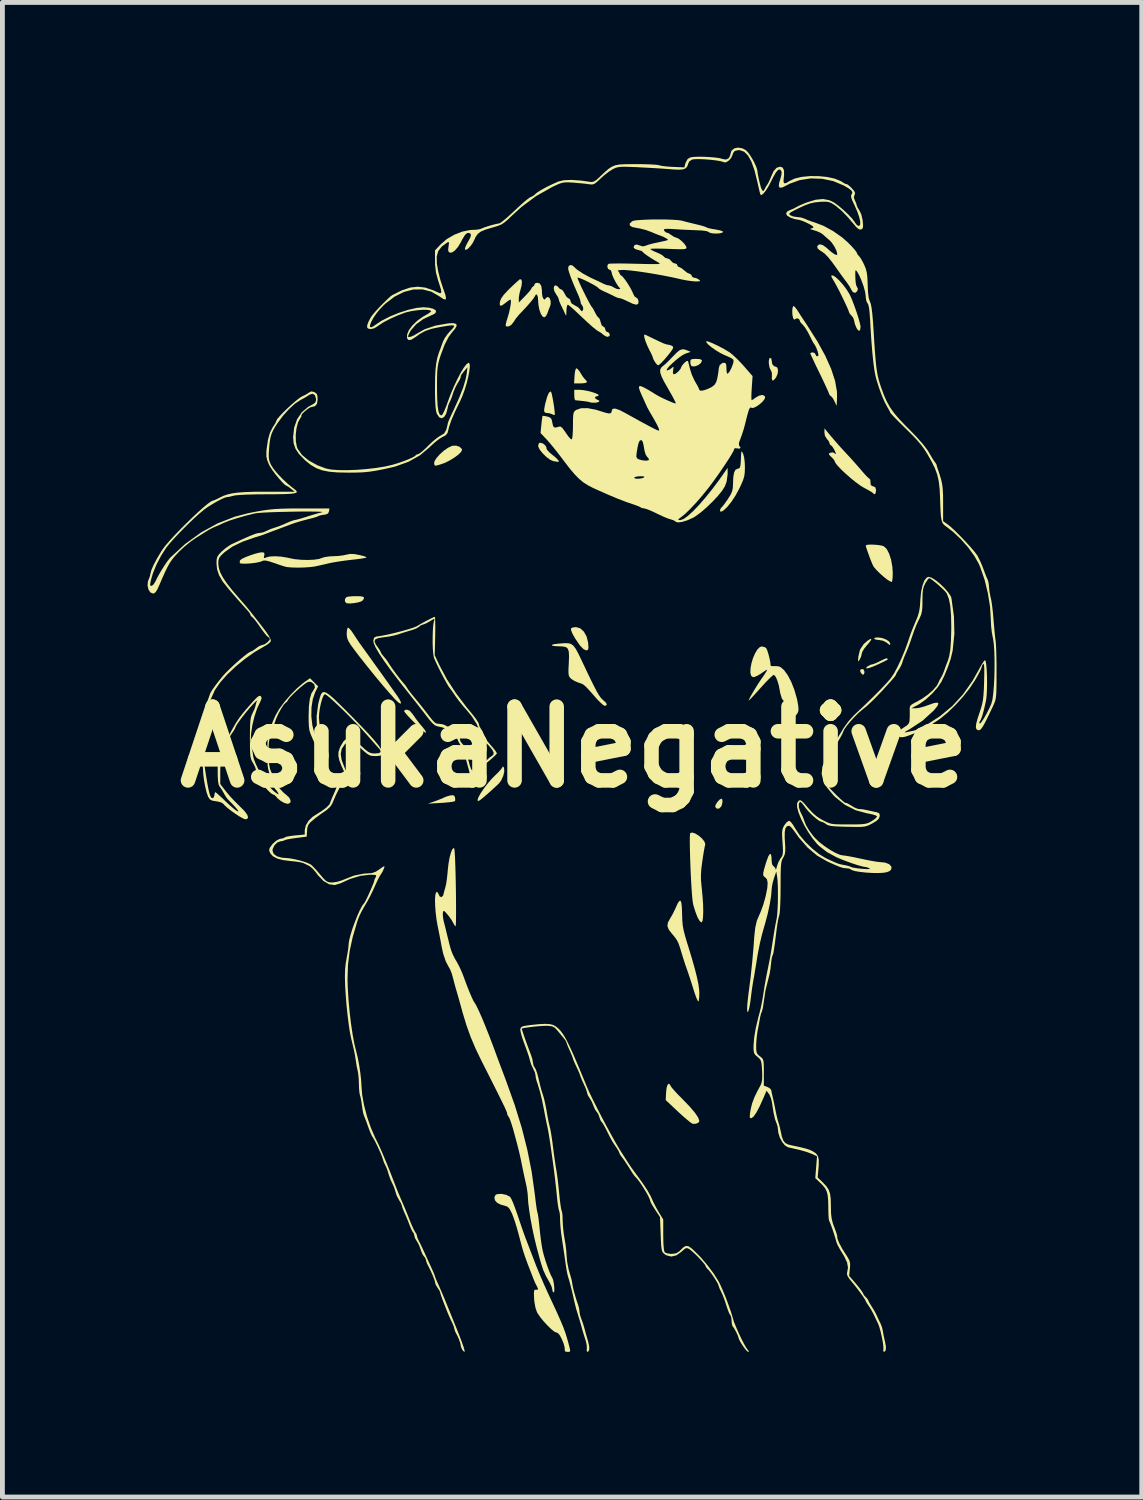
<source format=kicad_pcb>
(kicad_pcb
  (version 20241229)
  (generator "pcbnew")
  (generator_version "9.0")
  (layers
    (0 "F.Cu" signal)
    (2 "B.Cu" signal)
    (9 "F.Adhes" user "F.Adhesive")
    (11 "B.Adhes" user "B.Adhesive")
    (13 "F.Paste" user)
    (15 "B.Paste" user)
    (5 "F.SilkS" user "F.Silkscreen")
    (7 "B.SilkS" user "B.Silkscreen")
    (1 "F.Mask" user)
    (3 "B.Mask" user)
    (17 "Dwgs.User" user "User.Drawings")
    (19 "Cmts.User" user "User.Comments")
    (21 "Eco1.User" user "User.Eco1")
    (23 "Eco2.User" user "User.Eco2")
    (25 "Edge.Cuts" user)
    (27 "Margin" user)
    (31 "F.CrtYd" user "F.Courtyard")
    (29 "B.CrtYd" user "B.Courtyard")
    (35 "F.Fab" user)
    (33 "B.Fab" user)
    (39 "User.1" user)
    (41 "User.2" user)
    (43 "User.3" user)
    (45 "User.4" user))
  (footprint "AsukaNegative"
    (layer "F.Cu")
    (at 8.818 12.389)
    (property "Reference" "AsukaNegative" (at 0 0 0) (layer "F.SilkS") (effects (font (size 1.524 1.524) (thickness 0.3))))
    (attr board_only exclude_from_pos_files exclude_from_bom)
    (fp_poly (pts (xy 5.996 -1.563) (xy 5.997 -1.541) (xy 5.984 -1.499) (xy 5.953 -1.5) (xy 5.918 -1.543) (xy 5.906 -1.588) (xy 5.928 -1.608) (xy 5.975 -1.609)) (stroke (width 0) (type solid)) (fill yes) (layer "F.SilkS"))
    (fp_poly (pts (xy 3.061 1.088) (xy 3.063 1.14) (xy 3.049 1.202) (xy 3.037 1.228) (xy 2.995 1.271) (xy 2.948 1.274) (xy 2.914 1.238) (xy 2.921 1.195) (xy 2.955 1.139) (xy 3 1.089) (xy 3.041 1.066) (xy 3.043 1.066)) (stroke (width 0) (type solid)) (fill yes) (layer "F.SilkS"))
    (fp_poly (pts (xy 2.599 -8.017) (xy 2.635 -7.998) (xy 2.639 -7.984) (xy 2.616 -7.935) (xy 2.562 -7.893) (xy 2.496 -7.868) (xy 2.436 -7.868) (xy 2.417 -7.88) (xy 2.402 -7.918) (xy 2.399 -7.96) (xy 2.404 -7.999) (xy 2.431 -8.017) (xy 2.493 -8.022) (xy 2.519 -8.022)) (stroke (width 0) (type solid)) (fill yes) (layer "F.SilkS"))
    (fp_poly (pts (xy 0.07 -7.812) (xy 0.11 -7.763) (xy 0.128 -7.733) (xy 0.173 -7.661) (xy 0.215 -7.607) (xy 0.226 -7.596) (xy 0.262 -7.556) (xy 0.251 -7.53) (xy 0.191 -7.518) (xy 0.132 -7.516) (xy -0.003 -7.516) (xy 0.005 -7.667) (xy 0.014 -7.751) (xy 0.029 -7.81) (xy 0.041 -7.828)) (stroke (width 0) (type solid)) (fill yes) (layer "F.SilkS"))
    (fp_poly (pts (xy -2.476 1.014) (xy -2.465 1.041) (xy -2.459 1.094) (xy -2.469 1.119) (xy -2.504 1.129) (xy -2.58 1.14) (xy -2.683 1.15) (xy -2.759 1.155) (xy -3.025 1.17) (xy -2.878 1.119) (xy -2.791 1.086) (xy -2.72 1.058) (xy -2.691 1.043) (xy -2.636 1.021) (xy -2.567 1.001) (xy -2.506 0.994)) (stroke (width 0) (type solid)) (fill yes) (layer "F.SilkS"))
    (fp_poly (pts (xy 6.128 -2.202) (xy 6.082 -2.142) (xy 6.05 -2.106) (xy 5.992 -2.034) (xy 5.953 -1.968) (xy 5.943 -1.935) (xy 5.928 -1.87) (xy 5.901 -1.812) (xy 5.878 -1.776) (xy 5.867 -1.775) (xy 5.867 -1.815) (xy 5.873 -1.875) (xy 5.906 -2.014) (xy 5.982 -2.128) (xy 6.058 -2.195) (xy 6.116 -2.233) (xy 6.14 -2.234)) (stroke (width 0) (type solid)) (fill yes) (layer "F.SilkS"))
    (fp_poly (pts (xy 6.361 -2.254) (xy 6.442 -2.224) (xy 6.504 -2.184) (xy 6.53 -2.142) (xy 6.53 -2.14) (xy 6.528 -2.113) (xy 6.513 -2.113) (xy 6.473 -2.143) (xy 6.454 -2.16) (xy 6.38 -2.198) (xy 6.302 -2.212) (xy 6.237 -2.219) (xy 6.198 -2.237) (xy 6.197 -2.239) (xy 6.208 -2.257) (xy 6.263 -2.265) (xy 6.278 -2.265)) (stroke (width 0) (type solid)) (fill yes) (layer "F.SilkS"))
    (fp_poly (pts (xy -4.409 -3.115) (xy -4.36 -3.104) (xy -4.344 -3.082) (xy -4.344 -3.079) (xy -4.366 -3.037) (xy -4.397 -3.012) (xy -4.46 -2.991) (xy -4.546 -2.975) (xy -4.633 -2.967) (xy -4.699 -2.971) (xy -4.711 -2.975) (xy -4.74 -3.011) (xy -4.738 -3.062) (xy -4.706 -3.1) (xy -4.702 -3.102) (xy -4.653 -3.111) (xy -4.572 -3.117) (xy -4.502 -3.118)) (stroke (width 0) (type solid)) (fill yes) (layer "F.SilkS"))
    (fp_poly (pts (xy -3.401 -0.751) (xy -3.34 -0.681) (xy -3.325 -0.66) (xy -3.261 -0.568) (xy -3.185 -0.471) (xy -3.159 -0.44) (xy -3.092 -0.359) (xy -3.065 -0.309) (xy -3.076 -0.293) (xy -3.098 -0.311) (xy -3.15 -0.358) (xy -3.224 -0.428) (xy -3.303 -0.504) (xy -3.389 -0.591) (xy -3.458 -0.666) (xy -3.504 -0.72) (xy -3.518 -0.744) (xy -3.496 -0.767) (xy -3.458 -0.773)) (stroke (width 0) (type solid)) (fill yes) (layer "F.SilkS"))
    (fp_poly (pts (xy 0.123 -2.454) (xy 0.199 -2.385) (xy 0.256 -2.283) (xy 0.287 -2.156) (xy 0.288 -2.141) (xy 0.293 -2.059) (xy 0.287 -2.016) (xy 0.267 -2.001) (xy 0.245 -1.999) (xy 0.193 -2.022) (xy 0.128 -2.088) (xy 0.099 -2.126) (xy 0.017 -2.246) (xy -0.039 -2.346) (xy -0.067 -2.418) (xy -0.066 -2.453) (xy -0.031 -2.471) (xy 0.033 -2.479) (xy 0.035 -2.479)) (stroke (width 0) (type solid)) (fill yes) (layer "F.SilkS"))
    (fp_poly (pts (xy -0.647 -6.273) (xy -0.599 -6.235) (xy -0.574 -6.19) (xy -0.575 -6.174) (xy -0.562 -6.142) (xy -0.516 -6.092) (xy -0.454 -6.04) (xy -0.376 -5.976) (xy -0.329 -5.926) (xy -0.317 -5.898) (xy -0.34 -5.894) (xy -0.379 -5.901) (xy -0.433 -5.909) (xy -0.498 -5.937) (xy -0.575 -5.994) (xy -0.65 -6.067) (xy -0.711 -6.142) (xy -0.744 -6.208) (xy -0.746 -6.226) (xy -0.731 -6.279) (xy -0.702 -6.29)) (stroke (width 0) (type solid)) (fill yes) (layer "F.SilkS"))
    (fp_poly (pts (xy -0.481 -7.344) (xy -0.469 -7.314) (xy -0.454 -7.247) (xy -0.437 -7.157) (xy -0.421 -7.059) (xy -0.409 -6.967) (xy -0.402 -6.897) (xy -0.404 -6.864) (xy -0.404 -6.863) (xy -0.432 -6.866) (xy -0.454 -6.877) (xy -0.513 -6.898) (xy -0.551 -6.903) (xy -0.597 -6.908) (xy -0.62 -6.931) (xy -0.622 -6.98) (xy -0.606 -7.066) (xy -0.594 -7.118) (xy -0.558 -7.245) (xy -0.525 -7.321) (xy -0.494 -7.347)) (stroke (width 0) (type solid)) (fill yes) (layer "F.SilkS"))
    (fp_poly (pts (xy 4.072 -8.03) (xy 4.078 -8) (xy 4.092 -7.913) (xy 4.133 -7.868) (xy 4.161 -7.863) (xy 4.198 -7.841) (xy 4.212 -7.786) (xy 4.203 -7.714) (xy 4.171 -7.639) (xy 4.168 -7.635) (xy 4.122 -7.581) (xy 4.092 -7.576) (xy 4.082 -7.618) (xy 4.085 -7.656) (xy 4.084 -7.735) (xy 4.064 -7.783) (xy 4.038 -7.835) (xy 4.023 -7.907) (xy 4.02 -7.978) (xy 4.032 -8.03) (xy 4.045 -8.043)) (stroke (width 0) (type solid)) (fill yes) (layer "F.SilkS"))
    (fp_poly (pts (xy -2.37 -6.205) (xy -2.326 -6.164) (xy -2.319 -6.137) (xy -2.342 -6.095) (xy -2.401 -6.038) (xy -2.486 -5.977) (xy -2.583 -5.918) (xy -2.682 -5.87) (xy -2.738 -5.85) (xy -2.819 -5.825) (xy -2.862 -5.815) (xy -2.881 -5.819) (xy -2.891 -5.838) (xy -2.896 -5.852) (xy -2.89 -5.904) (xy -2.848 -5.972) (xy -2.781 -6.048) (xy -2.699 -6.122) (xy -2.611 -6.184) (xy -2.529 -6.223) (xy -2.515 -6.227) (xy -2.439 -6.229)) (stroke (width 0) (type solid)) (fill yes) (layer "F.SilkS"))
    (fp_poly (pts (xy 6.465 -1.832) (xy 6.47 -1.828) (xy 6.479 -1.818) (xy 6.475 -1.808) (xy 6.452 -1.793) (xy 6.399 -1.766) (xy 6.309 -1.723) (xy 6.284 -1.711) (xy 6.181 -1.666) (xy 6.1 -1.636) (xy 6.047 -1.625) (xy 6.029 -1.631) (xy 6.051 -1.658) (xy 6.062 -1.667) (xy 6.115 -1.697) (xy 6.146 -1.706) (xy 6.19 -1.717) (xy 6.256 -1.745) (xy 6.268 -1.75) (xy 6.362 -1.797) (xy 6.419 -1.823) (xy 6.45 -1.834)) (stroke (width 0) (type solid)) (fill yes) (layer "F.SilkS"))
    (fp_poly (pts (xy -1.459 0.415) (xy -1.451 0.435) (xy -1.446 0.506) (xy -1.468 0.597) (xy -1.509 0.688) (xy -1.554 0.749) (xy -1.602 0.795) (xy -1.677 0.864) (xy -1.766 0.945) (xy -1.808 0.981) (xy -1.898 1.058) (xy -1.955 1.102) (xy -1.987 1.116) (xy -1.998 1.103) (xy -1.999 1.096) (xy -1.982 1.041) (xy -1.937 0.959) (xy -1.871 0.861) (xy -1.793 0.758) (xy -1.711 0.662) (xy -1.642 0.592) (xy -1.573 0.525) (xy -1.519 0.465) (xy -1.496 0.434) (xy -1.474 0.401)) (stroke (width 0) (type solid)) (fill yes) (layer "F.SilkS"))
    (fp_poly (pts (xy 1.98 6.979) (xy 1.99 7.001) (xy 2.014 7.037) (xy 2.07 7.102) (xy 2.148 7.186) (xy 2.241 7.28) (xy 2.252 7.291) (xy 2.392 7.437) (xy 2.496 7.56) (xy 2.561 7.658) (xy 2.585 7.728) (xy 2.585 7.732) (xy 2.563 7.765) (xy 2.51 7.786) (xy 2.451 7.786) (xy 2.439 7.783) (xy 2.4 7.757) (xy 2.332 7.702) (xy 2.244 7.626) (xy 2.146 7.537) (xy 2.138 7.529) (xy 1.89 7.296) (xy 1.898 7.135) (xy 1.909 7.039) (xy 1.929 6.978) (xy 1.954 6.956)) (stroke (width 0) (type solid)) (fill yes) (layer "F.SilkS"))
    (fp_poly (pts (xy 0.189 -7.376) (xy 0.281 -7.359) (xy 0.373 -7.335) (xy 0.45 -7.308) (xy 0.498 -7.283) (xy 0.506 -7.271) (xy 0.485 -7.252) (xy 0.466 -7.25) (xy 0.431 -7.236) (xy 0.433 -7.207) (xy 0.47 -7.18) (xy 0.479 -7.177) (xy 0.518 -7.158) (xy 0.511 -7.136) (xy 0.467 -7.12) (xy 0.416 -7.116) (xy 0.353 -7.119) (xy 0.318 -7.127) (xy 0.318 -7.127) (xy 0.283 -7.137) (xy 0.199 -7.149) (xy 0.067 -7.163) (xy 0.02 -7.168) (xy 0.007 -7.193) (xy 0.000496 -7.253) (xy 0 -7.276) (xy 0 -7.383) (xy 0.111 -7.383)) (stroke (width 0) (type solid)) (fill yes) (layer "F.SilkS"))
    (fp_poly (pts (xy 1.494 -8.509) (xy 1.562 -8.476) (xy 1.641 -8.438) (xy 1.757 -8.382) (xy 1.838 -8.345) (xy 1.898 -8.324) (xy 1.95 -8.313) (xy 1.972 -8.31) (xy 2.025 -8.29) (xy 2.046 -8.261) (xy 2.033 -8.226) (xy 1.992 -8.165) (xy 1.933 -8.091) (xy 1.868 -8.014) (xy 1.806 -7.947) (xy 1.756 -7.901) (xy 1.733 -7.889) (xy 1.705 -7.909) (xy 1.669 -7.955) (xy 1.638 -8.01) (xy 1.626 -8.044) (xy 1.614 -8.079) (xy 1.584 -8.145) (xy 1.549 -8.212) (xy 1.504 -8.307) (xy 1.469 -8.396) (xy 1.448 -8.47) (xy 1.444 -8.516) (xy 1.459 -8.525)) (stroke (width 0) (type solid)) (fill yes) (layer "F.SilkS"))
    (fp_poly (pts (xy 6.189 -4.183) (xy 6.276 -4.176) (xy 6.352 -4.164) (xy 6.397 -4.15) (xy 6.456 -4.095) (xy 6.507 -3.997) (xy 6.548 -3.87) (xy 6.574 -3.724) (xy 6.582 -3.605) (xy 6.58 -3.511) (xy 6.573 -3.442) (xy 6.564 -3.412) (xy 6.562 -3.412) (xy 6.527 -3.425) (xy 6.476 -3.455) (xy 6.403 -3.511) (xy 6.322 -3.583) (xy 6.246 -3.658) (xy 6.192 -3.721) (xy 6.179 -3.741) (xy 6.157 -3.79) (xy 6.125 -3.867) (xy 6.091 -3.959) (xy 6.059 -4.049) (xy 6.034 -4.122) (xy 6.024 -4.163) (xy 6.024 -4.164) (xy 6.047 -4.178) (xy 6.108 -4.184)) (stroke (width 0) (type solid)) (fill yes) (layer "F.SilkS"))
    (fp_poly (pts (xy 5.403 -9.71) (xy 5.472 -9.647) (xy 5.547 -9.564) (xy 5.619 -9.47) (xy 5.681 -9.372) (xy 5.697 -9.342) (xy 5.737 -9.253) (xy 5.781 -9.139) (xy 5.826 -9.014) (xy 5.866 -8.89) (xy 5.897 -8.783) (xy 5.915 -8.704) (xy 5.917 -8.681) (xy 5.907 -8.616) (xy 5.882 -8.601) (xy 5.847 -8.636) (xy 5.827 -8.673) (xy 5.798 -8.747) (xy 5.784 -8.81) (xy 5.784 -8.815) (xy 5.765 -8.872) (xy 5.73 -8.915) (xy 5.69 -8.961) (xy 5.677 -8.992) (xy 5.665 -9.028) (xy 5.634 -9.099) (xy 5.589 -9.196) (xy 5.536 -9.306) (xy 5.48 -9.419) (xy 5.426 -9.522) (xy 5.38 -9.606) (xy 5.35 -9.656) (xy 5.319 -9.71) (xy 5.311 -9.743) (xy 5.312 -9.745) (xy 5.347 -9.746)) (stroke (width 0) (type solid)) (fill yes) (layer "F.SilkS"))
    (fp_poly (pts (xy -4.651 -2.452) (xy -4.607 -2.402) (xy -4.563 -2.338) (xy -4.504 -2.247) (xy -4.447 -2.162) (xy -4.416 -2.119) (xy -4.37 -2.055) (xy -4.303 -1.962) (xy -4.222 -1.85) (xy -4.134 -1.726) (xy -4.043 -1.6) (xy -3.957 -1.48) (xy -3.882 -1.374) (xy -3.824 -1.293) (xy -3.789 -1.243) (xy -3.785 -1.237) (xy -3.746 -1.182) (xy -3.692 -1.105) (xy -3.656 -1.055) (xy -3.601 -0.969) (xy -3.58 -0.915) (xy -3.59 -0.896) (xy -3.629 -0.917) (xy -3.694 -0.977) (xy -3.818 -1.114) (xy -3.964 -1.283) (xy -4.122 -1.473) (xy -4.284 -1.674) (xy -4.441 -1.873) (xy -4.544 -2.008) (xy -4.619 -2.111) (xy -4.666 -2.186) (xy -4.691 -2.246) (xy -4.701 -2.305) (xy -4.703 -2.339) (xy -4.698 -2.413) (xy -4.685 -2.461) (xy -4.678 -2.469)) (stroke (width 0) (type solid)) (fill yes) (layer "F.SilkS"))
    (fp_poly (pts (xy 3.477 -6.088) (xy 3.489 -6.063) (xy 3.51 -5.991) (xy 3.523 -5.885) (xy 3.527 -5.784) (xy 3.524 -5.681) (xy 3.514 -5.6) (xy 3.49 -5.519) (xy 3.448 -5.421) (xy 3.418 -5.356) (xy 3.337 -5.205) (xy 3.249 -5.07) (xy 3.161 -4.961) (xy 3.082 -4.888) (xy 3.061 -4.875) (xy 3.022 -4.863) (xy 3.012 -4.888) (xy 3.026 -4.933) (xy 3.036 -4.943) (xy 3.062 -4.971) (xy 3.109 -5.031) (xy 3.165 -5.11) (xy 3.169 -5.117) (xy 3.228 -5.209) (xy 3.261 -5.28) (xy 3.277 -5.353) (xy 3.281 -5.444) (xy 3.287 -5.581) (xy 3.303 -5.673) (xy 3.33 -5.728) (xy 3.372 -5.751) (xy 3.378 -5.752) (xy 3.409 -5.761) (xy 3.427 -5.787) (xy 3.437 -5.84) (xy 3.443 -5.932) (xy 3.444 -5.952) (xy 3.448 -6.049) (xy 3.454 -6.1) (xy 3.463 -6.111)) (stroke (width 0) (type solid)) (fill yes) (layer "F.SilkS"))
    (fp_poly (pts (xy 2.505 1.789) (xy 2.576 1.834) (xy 2.642 1.892) (xy 2.69 1.953) (xy 2.708 2.007) (xy 2.705 2.022) (xy 2.695 2.064) (xy 2.68 2.146) (xy 2.662 2.255) (xy 2.647 2.357) (xy 2.627 2.509) (xy 2.618 2.633) (xy 2.619 2.75) (xy 2.631 2.883) (xy 2.635 2.918) (xy 2.652 3.099) (xy 2.663 3.264) (xy 2.666 3.407) (xy 2.661 3.519) (xy 2.65 3.594) (xy 2.631 3.624) (xy 2.629 3.625) (xy 2.598 3.602) (xy 2.561 3.544) (xy 2.539 3.498) (xy 2.499 3.39) (xy 2.463 3.272) (xy 2.455 3.238) (xy 2.445 3.174) (xy 2.435 3.071) (xy 2.425 2.937) (xy 2.416 2.782) (xy 2.407 2.613) (xy 2.4 2.44) (xy 2.394 2.27) (xy 2.39 2.113) (xy 2.388 1.976) (xy 2.388 1.869) (xy 2.392 1.8) (xy 2.397 1.777) (xy 2.441 1.767)) (stroke (width 0) (type solid)) (fill yes) (layer "F.SilkS"))
    (fp_poly (pts (xy 2.214 3.221) (xy 2.224 3.317) (xy 2.229 3.464) (xy 2.229 3.464) (xy 2.233 3.585) (xy 2.242 3.688) (xy 2.261 3.791) (xy 2.292 3.91) (xy 2.337 4.062) (xy 2.34 4.069) (xy 2.423 4.341) (xy 2.488 4.568) (xy 2.535 4.754) (xy 2.566 4.905) (xy 2.582 5.025) (xy 2.585 5.089) (xy 2.582 5.175) (xy 2.574 5.238) (xy 2.565 5.26) (xy 2.55 5.241) (xy 2.523 5.182) (xy 2.491 5.092) (xy 2.47 5.028) (xy 2.429 4.895) (xy 2.384 4.757) (xy 2.344 4.639) (xy 2.334 4.611) (xy 2.292 4.49) (xy 2.25 4.359) (xy 2.225 4.278) (xy 2.187 4.151) (xy 2.156 4.062) (xy 2.125 3.997) (xy 2.087 3.94) (xy 2.037 3.879) (xy 2.024 3.866) (xy 1.954 3.775) (xy 1.925 3.701) (xy 1.935 3.628) (xy 1.98 3.544) (xy 2.03 3.459) (xy 2.079 3.36) (xy 2.092 3.332) (xy 2.137 3.232) (xy 2.172 3.18) (xy 2.197 3.176)) (stroke (width 0) (type solid)) (fill yes) (layer "F.SilkS"))
    (fp_poly (pts (xy -0.123 -2.145) (xy -0.066 -2.13) (xy -0.018 -2.095) (xy 0.028 -2.034) (xy 0.08 -1.94) (xy 0.144 -1.807) (xy 0.18 -1.732) (xy 0.277 -1.527) (xy 0.355 -1.365) (xy 0.418 -1.24) (xy 0.467 -1.145) (xy 0.508 -1.076) (xy 0.542 -1.027) (xy 0.573 -0.991) (xy 0.603 -0.965) (xy 0.661 -0.909) (xy 0.673 -0.87) (xy 0.639 -0.853) (xy 0.626 -0.853) (xy 0.593 -0.872) (xy 0.537 -0.923) (xy 0.466 -0.996) (xy 0.435 -1.031) (xy 0.34 -1.139) (xy 0.271 -1.215) (xy 0.221 -1.264) (xy 0.182 -1.295) (xy 0.144 -1.313) (xy 0.101 -1.327) (xy 0.091 -1.33) (xy 0.008 -1.364) (xy -0.063 -1.409) (xy -0.068 -1.414) (xy -0.095 -1.443) (xy -0.112 -1.476) (xy -0.119 -1.525) (xy -0.12 -1.602) (xy -0.114 -1.719) (xy -0.113 -1.734) (xy -0.108 -1.875) (xy -0.113 -1.971) (xy -0.133 -2.032) (xy -0.171 -2.065) (xy -0.233 -2.078) (xy -0.29 -2.081) (xy -0.401 -2.086) (xy -0.459 -2.097) (xy -0.464 -2.111) (xy -0.417 -2.126) (xy -0.317 -2.138) (xy -0.292 -2.14) (xy -0.196 -2.147)) (stroke (width 0) (type solid)) (fill yes) (layer "F.SilkS"))
    (fp_poly (pts (xy 5.31 -6.418) (xy 5.399 -6.314) (xy 5.504 -6.195) (xy 5.604 -6.087) (xy 5.613 -6.077) (xy 5.714 -5.968) (xy 5.825 -5.844) (xy 5.923 -5.731) (xy 5.929 -5.724) (xy 5.999 -5.643) (xy 6.058 -5.581) (xy 6.096 -5.547) (xy 6.103 -5.544) (xy 6.119 -5.521) (xy 6.122 -5.47) (xy 6.128 -5.414) (xy 6.165 -5.391) (xy 6.177 -5.389) (xy 6.221 -5.369) (xy 6.236 -5.318) (xy 6.237 -5.302) (xy 6.227 -5.246) (xy 6.206 -5.222) (xy 6.182 -5.239) (xy 6.179 -5.244) (xy 6.153 -5.265) (xy 6.091 -5.302) (xy 6.006 -5.349) (xy 5.989 -5.357) (xy 5.909 -5.406) (xy 5.813 -5.477) (xy 5.709 -5.561) (xy 5.607 -5.651) (xy 5.514 -5.738) (xy 5.441 -5.816) (xy 5.395 -5.875) (xy 5.384 -5.903) (xy 5.365 -5.94) (xy 5.32 -5.989) (xy 5.313 -5.995) (xy 5.269 -6.038) (xy 5.263 -6.063) (xy 5.288 -6.082) (xy 5.346 -6.09) (xy 5.372 -6.076) (xy 5.402 -6.055) (xy 5.407 -6.067) (xy 5.385 -6.119) (xy 5.369 -6.153) (xy 5.334 -6.209) (xy 5.305 -6.236) (xy 5.302 -6.237) (xy 5.28 -6.258) (xy 5.277 -6.277) (xy 5.258 -6.324) (xy 5.224 -6.363) (xy 5.18 -6.433) (xy 5.171 -6.497) (xy 5.171 -6.586)) (stroke (width 0) (type solid)) (fill yes) (layer "F.SilkS"))
    (fp_poly (pts (xy 4.559 -9.094) (xy 4.601 -9.041) (xy 4.627 -9.002) (xy 4.676 -8.924) (xy 4.743 -8.822) (xy 4.813 -8.717) (xy 4.822 -8.702) (xy 5.026 -8.381) (xy 5.189 -8.084) (xy 5.311 -7.81) (xy 5.391 -7.564) (xy 5.429 -7.345) (xy 5.431 -7.232) (xy 5.423 -7.05) (xy 5.376 -7.15) (xy 5.342 -7.212) (xy 5.312 -7.247) (xy 5.305 -7.25) (xy 5.28 -7.272) (xy 5.263 -7.309) (xy 5.245 -7.354) (xy 5.208 -7.436) (xy 5.157 -7.546) (xy 5.096 -7.674) (xy 5.061 -7.745) (xy 4.998 -7.874) (xy 4.945 -7.987) (xy 4.904 -8.074) (xy 4.881 -8.126) (xy 4.877 -8.138) (xy 4.9 -8.152) (xy 4.931 -8.156) (xy 4.974 -8.139) (xy 4.984 -8.116) (xy 5.004 -8.08) (xy 5.022 -8.076) (xy 5.044 -8.085) (xy 5.044 -8.121) (xy 5.03 -8.176) (xy 5.002 -8.252) (xy 4.972 -8.31) (xy 4.967 -8.316) (xy 4.935 -8.365) (xy 4.896 -8.439) (xy 4.885 -8.463) (xy 4.828 -8.576) (xy 4.769 -8.671) (xy 4.717 -8.735) (xy 4.698 -8.75) (xy 4.667 -8.791) (xy 4.664 -8.807) (xy 4.645 -8.845) (xy 4.605 -8.862) (xy 4.57 -8.846) (xy 4.568 -8.845) (xy 4.545 -8.832) (xy 4.524 -8.863) (xy 4.509 -8.928) (xy 4.505 -9.002) (xy 4.51 -9.071) (xy 4.524 -9.111) (xy 4.531 -9.115)) (stroke (width 0) (type solid)) (fill yes) (layer "F.SilkS"))
    (fp_poly (pts (xy -6.411 -4.018) (xy -6.402 -3.987) (xy -6.408 -3.957) (xy -6.416 -3.91) (xy -6.399 -3.904) (xy -6.373 -3.917) (xy -6.298 -3.937) (xy -6.189 -3.943) (xy -6.062 -3.936) (xy -5.932 -3.915) (xy -5.89 -3.905) (xy -5.778 -3.883) (xy -5.645 -3.87) (xy -5.508 -3.866) (xy -5.381 -3.872) (xy -5.279 -3.886) (xy -5.224 -3.905) (xy -5.159 -3.926) (xy -5.061 -3.94) (xy -4.987 -3.944) (xy -4.878 -3.949) (xy -4.773 -3.962) (xy -4.715 -3.975) (xy -4.633 -3.991) (xy -4.543 -3.988) (xy -4.452 -3.971) (xy -4.368 -3.951) (xy -4.31 -3.932) (xy -4.291 -3.919) (xy -4.316 -3.91) (xy -4.383 -3.897) (xy -4.482 -3.883) (xy -4.591 -3.871) (xy -4.734 -3.854) (xy -4.878 -3.833) (xy -5.003 -3.812) (xy -5.064 -3.799) (xy -5.179 -3.772) (xy -5.297 -3.746) (xy -5.367 -3.731) (xy -5.46 -3.719) (xy -5.581 -3.711) (xy -5.712 -3.708) (xy -5.834 -3.711) (xy -5.929 -3.719) (xy -5.957 -3.724) (xy -6.007 -3.738) (xy -6.091 -3.765) (xy -6.191 -3.8) (xy -6.206 -3.805) (xy -6.313 -3.84) (xy -6.382 -3.855) (xy -6.428 -3.853) (xy -6.453 -3.842) (xy -6.504 -3.824) (xy -6.585 -3.808) (xy -6.682 -3.796) (xy -6.777 -3.79) (xy -6.857 -3.79) (xy -6.904 -3.797) (xy -6.911 -3.802) (xy -6.913 -3.844) (xy -6.905 -3.861) (xy -6.869 -3.889) (xy -6.796 -3.924) (xy -6.703 -3.96) (xy -6.604 -3.993) (xy -6.517 -4.016) (xy -6.459 -4.025)) (stroke (width 0) (type solid)) (fill yes) (layer "F.SilkS"))
    (fp_poly (pts (xy 3.936 -2.065) (xy 3.967 -2.044) (xy 3.988 -1.999) (xy 4.013 -1.922) (xy 4.036 -1.832) (xy 4.052 -1.75) (xy 4.057 -1.694) (xy 4.056 -1.69) (xy 4.075 -1.672) (xy 4.128 -1.673) (xy 4.205 -1.671) (xy 4.26 -1.655) (xy 4.335 -1.591) (xy 4.412 -1.485) (xy 4.485 -1.346) (xy 4.548 -1.185) (xy 4.598 -1.012) (xy 4.609 -0.965) (xy 4.629 -0.853) (xy 4.635 -0.779) (xy 4.627 -0.727) (xy 4.603 -0.683) (xy 4.6 -0.678) (xy 4.574 -0.648) (xy 4.562 -0.657) (xy 4.554 -0.712) (xy 4.553 -0.72) (xy 4.537 -0.789) (xy 4.493 -0.835) (xy 4.451 -0.859) (xy 4.352 -0.922) (xy 4.291 -1.002) (xy 4.257 -1.114) (xy 4.25 -1.153) (xy 4.229 -1.267) (xy 4.199 -1.369) (xy 4.166 -1.447) (xy 4.133 -1.488) (xy 4.122 -1.492) (xy 4.094 -1.473) (xy 4.038 -1.421) (xy 3.962 -1.344) (xy 3.874 -1.248) (xy 3.854 -1.226) (xy 3.766 -1.128) (xy 3.691 -1.046) (xy 3.636 -0.988) (xy 3.607 -0.961) (xy 3.605 -0.959) (xy 3.61 -0.98) (xy 3.637 -1.035) (xy 3.683 -1.115) (xy 3.739 -1.209) (xy 3.801 -1.308) (xy 3.863 -1.402) (xy 3.885 -1.433) (xy 3.939 -1.511) (xy 3.975 -1.57) (xy 3.988 -1.598) (xy 3.987 -1.599) (xy 3.958 -1.585) (xy 3.901 -1.548) (xy 3.859 -1.518) (xy 3.784 -1.473) (xy 3.718 -1.447) (xy 3.693 -1.445) (xy 3.655 -1.474) (xy 3.639 -1.538) (xy 3.643 -1.628) (xy 3.662 -1.732) (xy 3.694 -1.838) (xy 3.737 -1.937) (xy 3.785 -2.017) (xy 3.837 -2.067) (xy 3.874 -2.079)) (stroke (width 0) (type solid)) (fill yes) (layer "F.SilkS"))
    (fp_poly (pts (xy -1.092 -9.659) (xy -1.081 -9.611) (xy -1.089 -9.536) (xy -1.106 -9.471) (xy -1.131 -9.379) (xy -1.145 -9.293) (xy -1.146 -9.271) (xy -1.146 -9.188) (xy -1.013 -9.323) (xy -0.947 -9.394) (xy -0.899 -9.452) (xy -0.88 -9.486) (xy -0.88 -9.487) (xy -0.86 -9.514) (xy -0.853 -9.515) (xy -0.829 -9.537) (xy -0.826 -9.555) (xy -0.803 -9.587) (xy -0.763 -9.595) (xy -0.713 -9.58) (xy -0.682 -9.531) (xy -0.668 -9.44) (xy -0.667 -9.377) (xy -0.658 -9.311) (xy -0.637 -9.264) (xy -0.613 -9.247) (xy -0.593 -9.27) (xy -0.592 -9.27) (xy -0.56 -9.299) (xy -0.545 -9.302) (xy -0.51 -9.279) (xy -0.489 -9.223) (xy -0.487 -9.155) (xy -0.501 -9.106) (xy -0.53 -9.037) (xy -0.553 -8.969) (xy -0.582 -8.91) (xy -0.618 -8.881) (xy -0.618 -8.881) (xy -0.656 -8.898) (xy -0.692 -8.956) (xy -0.722 -9.042) (xy -0.741 -9.144) (xy -0.746 -9.222) (xy -0.753 -9.305) (xy -0.771 -9.35) (xy -0.795 -9.35) (xy -0.819 -9.309) (xy -0.849 -9.262) (xy -0.913 -9.183) (xy -1.007 -9.078) (xy -1.126 -8.951) (xy -1.146 -8.931) (xy -1.206 -8.857) (xy -1.255 -8.782) (xy -1.302 -8.724) (xy -1.359 -8.692) (xy -1.408 -8.695) (xy -1.416 -8.701) (xy -1.416 -8.732) (xy -1.401 -8.798) (xy -1.381 -8.863) (xy -1.35 -8.967) (xy -1.327 -9.069) (xy -1.312 -9.159) (xy -1.308 -9.223) (xy -1.318 -9.248) (xy -1.319 -9.248) (xy -1.35 -9.233) (xy -1.403 -9.194) (xy -1.417 -9.182) (xy -1.488 -9.13) (xy -1.528 -9.12) (xy -1.541 -9.152) (xy -1.535 -9.207) (xy -1.511 -9.27) (xy -1.459 -9.344) (xy -1.371 -9.439) (xy -1.33 -9.48) (xy -1.248 -9.558) (xy -1.179 -9.621) (xy -1.133 -9.661) (xy -1.121 -9.669)) (stroke (width 0) (type solid)) (fill yes) (layer "F.SilkS"))
    (fp_poly (pts (xy -1.408 9.254) (xy -1.331 9.292) (xy -1.328 9.294) (xy -1.303 9.333) (xy -1.267 9.412) (xy -1.225 9.521) (xy -1.18 9.647) (xy -1.172 9.671) (xy -1.124 9.814) (xy -1.076 9.955) (xy -1.032 10.079) (xy -1 10.167) (xy -0.999 10.168) (xy -0.956 10.28) (xy -0.906 10.411) (xy -0.866 10.514) (xy -0.787 10.721) (xy -0.707 10.915) (xy -0.621 11.114) (xy -0.522 11.333) (xy -0.437 11.514) (xy -0.349 11.705) (xy -0.28 11.861) (xy -0.226 11.991) (xy -0.183 12.108) (xy -0.148 12.222) (xy -0.117 12.333) (xy -0.094 12.424) (xy -0.084 12.474) (xy -0.091 12.495) (xy -0.115 12.5) (xy -0.144 12.5) (xy -0.191 12.491) (xy -0.197 12.456) (xy -0.196 12.452) (xy -0.199 12.403) (xy -0.221 12.324) (xy -0.25 12.252) (xy -0.297 12.159) (xy -0.338 12.111) (xy -0.369 12.1) (xy -0.413 12.081) (xy -0.478 12.028) (xy -0.555 11.953) (xy -0.635 11.866) (xy -0.706 11.778) (xy -0.76 11.698) (xy -0.771 11.678) (xy -0.803 11.584) (xy -0.825 11.457) (xy -0.83 11.394) (xy -0.834 11.296) (xy -0.83 11.241) (xy -0.818 11.217) (xy -0.795 11.215) (xy -0.793 11.215) (xy -0.755 11.215) (xy -0.751 11.19) (xy -0.779 11.132) (xy -0.813 11.064) (xy -0.842 10.994) (xy -0.909 10.821) (xy -0.961 10.687) (xy -1 10.581) (xy -1.03 10.494) (xy -1.056 10.415) (xy -1.08 10.332) (xy -1.106 10.237) (xy -1.137 10.118) (xy -1.148 10.075) (xy -1.186 9.938) (xy -1.227 9.805) (xy -1.266 9.694) (xy -1.291 9.632) (xy -1.333 9.55) (xy -1.372 9.505) (xy -1.423 9.483) (xy -1.444 9.478) (xy -1.526 9.454) (xy -1.593 9.42) (xy -1.64 9.366) (xy -1.651 9.306) (xy -1.627 9.257) (xy -1.595 9.24) (xy -1.505 9.234)) (stroke (width 0) (type solid)) (fill yes) (layer "F.SilkS"))
    (fp_poly (pts (xy -2.481 2.094) (xy -2.475 2.125) (xy -2.469 2.201) (xy -2.463 2.313) (xy -2.458 2.454) (xy -2.453 2.615) (xy -2.449 2.789) (xy -2.446 2.968) (xy -2.444 3.144) (xy -2.443 3.309) (xy -2.443 3.455) (xy -2.444 3.575) (xy -2.447 3.659) (xy -2.451 3.702) (xy -2.453 3.705) (xy -2.475 3.683) (xy -2.501 3.636) (xy -2.536 3.574) (xy -2.585 3.504) (xy -2.637 3.44) (xy -2.679 3.396) (xy -2.699 3.385) (xy -2.714 3.408) (xy -2.717 3.469) (xy -2.708 3.552) (xy -2.693 3.622) (xy -2.674 3.692) (xy -2.649 3.795) (xy -2.62 3.914) (xy -2.609 3.957) (xy -2.575 4.096) (xy -2.545 4.199) (xy -2.512 4.283) (xy -2.472 4.364) (xy -2.421 4.451) (xy -2.371 4.546) (xy -2.32 4.66) (xy -2.292 4.731) (xy -2.232 4.894) (xy -2.175 5.039) (xy -2.125 5.158) (xy -2.086 5.242) (xy -2.064 5.277) (xy -2.027 5.338) (xy -1.976 5.443) (xy -1.912 5.586) (xy -1.84 5.76) (xy -1.761 5.959) (xy -1.678 6.177) (xy -1.626 6.317) (xy -1.59 6.416) (xy -1.54 6.549) (xy -1.483 6.701) (xy -1.424 6.857) (xy -1.407 6.903) (xy -1.229 7.402) (xy -1.084 7.872) (xy -0.969 8.327) (xy -0.88 8.777) (xy -0.816 9.234) (xy -0.812 9.269) (xy -0.797 9.396) (xy -0.782 9.505) (xy -0.77 9.583) (xy -0.761 9.62) (xy -0.76 9.62) (xy -0.752 9.656) (xy -0.74 9.732) (xy -0.728 9.838) (xy -0.717 9.941) (xy -0.702 10.083) (xy -0.684 10.224) (xy -0.665 10.346) (xy -0.654 10.402) (xy -0.629 10.502) (xy -0.594 10.618) (xy -0.554 10.737) (xy -0.513 10.845) (xy -0.478 10.927) (xy -0.456 10.965) (xy -0.438 11.009) (xy -0.423 11.079) (xy -0.414 11.156) (xy -0.411 11.225) (xy -0.418 11.268) (xy -0.426 11.274) (xy -0.447 11.251) (xy -0.453 11.213) (xy -0.467 11.155) (xy -0.503 11.077) (xy -0.528 11.033) (xy -0.583 10.935) (xy -0.632 10.83) (xy -0.646 10.794) (xy -0.667 10.73) (xy -0.688 10.665) (xy -0.71 10.587) (xy -0.738 10.484) (xy -0.776 10.344) (xy -0.783 10.315) (xy -0.826 10.137) (xy -0.867 9.946) (xy -0.903 9.755) (xy -0.931 9.575) (xy -0.951 9.419) (xy -0.959 9.301) (xy -0.959 9.288) (xy -0.966 9.208) (xy -0.982 9.103) (xy -0.998 9.026) (xy -1.023 8.915) (xy -1.052 8.78) (xy -1.079 8.651) (xy -1.079 8.649) (xy -1.102 8.534) (xy -1.123 8.439) (xy -1.145 8.345) (xy -1.172 8.237) (xy -1.209 8.096) (xy -1.215 8.076) (xy -1.265 7.891) (xy -1.307 7.757) (xy -1.338 7.672) (xy -1.361 7.635) (xy -1.362 7.634) (xy -1.384 7.598) (xy -1.386 7.579) (xy -1.388 7.564) (xy -1.396 7.541) (xy -1.411 7.504) (xy -1.435 7.45) (xy -1.472 7.374) (xy -1.522 7.272) (xy -1.587 7.14) (xy -1.671 6.973) (xy -1.774 6.768) (xy -1.9 6.52) (xy -1.914 6.492) (xy -2.038 6.235) (xy -2.14 5.995) (xy -2.227 5.753) (xy -2.308 5.486) (xy -2.332 5.397) (xy -2.367 5.272) (xy -2.4 5.154) (xy -2.427 5.06) (xy -2.438 5.024) (xy -2.464 4.934) (xy -2.493 4.824) (xy -2.506 4.771) (xy -2.534 4.674) (xy -2.569 4.588) (xy -2.59 4.553) (xy -2.655 4.43) (xy -2.71 4.267) (xy -2.744 4.108) (xy -2.761 4.014) (xy -2.785 3.888) (xy -2.812 3.753) (xy -2.824 3.695) (xy -2.848 3.557) (xy -2.865 3.414) (xy -2.875 3.277) (xy -2.878 3.156) (xy -2.872 3.063) (xy -2.858 3.007) (xy -2.85 2.997) (xy -2.822 3.004) (xy -2.807 3.034) (xy -2.779 3.09) (xy -2.742 3.101) (xy -2.71 3.067) (xy -2.703 3.044) (xy -2.683 2.963) (xy -2.662 2.892) (xy -2.648 2.831) (xy -2.633 2.733) (xy -2.62 2.614) (xy -2.614 2.545) (xy -2.598 2.405) (xy -2.576 2.282) (xy -2.549 2.182) (xy -2.522 2.115) (xy -2.495 2.088)) (stroke (width 0) (type solid)) (fill yes) (layer "F.SilkS"))
    (fp_poly (pts (xy -2.877 -2.667) (xy -2.874 -2.598) (xy -2.872 -2.494) (xy -2.873 -2.364) (xy -2.874 -2.295) (xy -2.884 -1.899) (xy -2.779 -1.676) (xy -2.633 -1.402) (xy -2.447 -1.116) (xy -2.23 -0.829) (xy -2.174 -0.761) (xy -2.094 -0.664) (xy -2.029 -0.578) (xy -1.987 -0.513) (xy -1.972 -0.48) (xy -1.959 -0.427) (xy -1.949 -0.412) (xy -1.926 -0.371) (xy -1.899 -0.303) (xy -1.893 -0.286) (xy -1.859 -0.215) (xy -1.799 -0.127) (xy -1.73 -0.043) (xy -1.666 0.031) (xy -1.619 0.093) (xy -1.599 0.129) (xy -1.599 0.131) (xy -1.619 0.158) (xy -1.673 0.21) (xy -1.751 0.278) (xy -1.826 0.339) (xy -1.929 0.424) (xy -2.005 0.496) (xy -2.046 0.548) (xy -2.052 0.565) (xy -2.073 0.605) (xy -2.106 0.613) (xy -2.15 0.596) (xy -2.159 0.571) (xy -2.166 0.522) (xy -2.185 0.445) (xy -2.197 0.405) (xy -2.224 0.306) (xy -2.246 0.21) (xy -2.251 0.183) (xy -2.276 0.102) (xy -2.321 0.01) (xy -2.346 -0.03) (xy -2.391 -0.108) (xy -2.42 -0.176) (xy -2.425 -0.203) (xy -2.445 -0.267) (xy -2.468 -0.296) (xy -2.537 -0.337) (xy -2.635 -0.378) (xy -2.742 -0.41) (xy -2.785 -0.419) (xy -2.838 -0.431) (xy -2.883 -0.452) (xy -2.928 -0.49) (xy -2.984 -0.553) (xy -3.06 -0.649) (xy -3.083 -0.68) (xy -3.17 -0.792) (xy -3.271 -0.921) (xy -3.368 -1.043) (xy -3.386 -1.066) (xy -3.602 -1.339) (xy -3.782 -1.575) (xy -3.926 -1.774) (xy -4.034 -1.936) (xy -4.108 -2.063) (xy -4.147 -2.156) (xy -4.15 -2.185) (xy -4.128 -2.185) (xy -4.103 -2.123) (xy -4.066 -2.07) (xy -4.024 -2.01) (xy -4 -1.966) (xy -3.998 -1.958) (xy -3.981 -1.925) (xy -3.941 -1.876) (xy -3.941 -1.875) (xy -3.889 -1.814) (xy -3.854 -1.763) (xy -3.809 -1.692) (xy -3.744 -1.598) (xy -3.671 -1.498) (xy -3.601 -1.407) (xy -3.547 -1.342) (xy -3.539 -1.333) (xy -3.49 -1.275) (xy -3.458 -1.228) (xy -3.457 -1.226) (xy -3.432 -1.187) (xy -3.382 -1.121) (xy -3.317 -1.041) (xy -3.305 -1.026) (xy -3.227 -0.931) (xy -3.15 -0.836) (xy -3.091 -0.76) (xy -3.09 -0.76) (xy -3.003 -0.646) (xy -2.941 -0.568) (xy -2.896 -0.519) (xy -2.861 -0.493) (xy -2.829 -0.482) (xy -2.792 -0.48) (xy -2.787 -0.48) (xy -2.71 -0.468) (xy -2.65 -0.441) (xy -2.594 -0.409) (xy -2.558 -0.401) (xy -2.498 -0.377) (xy -2.436 -0.321) (xy -2.389 -0.251) (xy -2.372 -0.19) (xy -2.348 -0.109) (xy -2.305 -0.058) (xy -2.259 -0.009) (xy -2.237 0.032) (xy -2.237 0.033) (xy -2.229 0.09) (xy -2.226 0.107) (xy -2.189 0.268) (xy -2.159 0.381) (xy -2.133 0.453) (xy -2.11 0.487) (xy -2.087 0.489) (xy -2.07 0.474) (xy -2.03 0.438) (xy -1.964 0.388) (xy -1.925 0.361) (xy -1.855 0.311) (xy -1.805 0.27) (xy -1.791 0.255) (xy -1.754 0.22) (xy -1.719 0.197) (xy -1.674 0.161) (xy -1.665 0.116) (xy -1.694 0.056) (xy -1.763 -0.027) (xy -1.785 -0.05) (xy -1.851 -0.12) (xy -1.899 -0.176) (xy -1.921 -0.207) (xy -1.921 -0.208) (xy -1.954 -0.337) (xy -2.02 -0.482) (xy -2.113 -0.629) (xy -2.211 -0.749) (xy -2.298 -0.848) (xy -2.386 -0.958) (xy -2.446 -1.039) (xy -2.498 -1.116) (xy -2.539 -1.174) (xy -2.559 -1.199) (xy -2.59 -1.242) (xy -2.637 -1.321) (xy -2.694 -1.424) (xy -2.755 -1.539) (xy -2.812 -1.653) (xy -2.861 -1.756) (xy -2.895 -1.834) (xy -2.901 -1.852) (xy -2.914 -1.923) (xy -2.923 -2.029) (xy -2.927 -2.157) (xy -2.926 -2.292) (xy -2.922 -2.421) (xy -2.913 -2.53) (xy -2.9 -2.605) (xy -2.894 -2.621) (xy -2.887 -2.647) (xy -2.906 -2.645) (xy -2.959 -2.615) (xy -2.981 -2.601) (xy -3.053 -2.56) (xy -3.111 -2.536) (xy -3.128 -2.532) (xy -3.175 -2.513) (xy -3.199 -2.492) (xy -3.242 -2.463) (xy -3.317 -2.43) (xy -3.382 -2.41) (xy -3.488 -2.378) (xy -3.593 -2.345) (xy -3.64 -2.328) (xy -3.725 -2.305) (xy -3.836 -2.283) (xy -3.933 -2.27) (xy -4.046 -2.253) (xy -4.11 -2.227) (xy -4.128 -2.185) (xy -4.15 -2.185) (xy -4.153 -2.205) (xy -4.134 -2.263) (xy -4.085 -2.285) (xy -4.078 -2.285) (xy -3.981 -2.3) (xy -3.858 -2.324) (xy -3.72 -2.356) (xy -3.579 -2.392) (xy -3.447 -2.429) (xy -3.337 -2.464) (xy -3.261 -2.493) (xy -3.238 -2.506) (xy -3.193 -2.533) (xy -3.123 -2.573) (xy -3.042 -2.616) (xy -2.965 -2.655) (xy -2.907 -2.683) (xy -2.883 -2.692)) (stroke (width 0) (type solid)) (fill yes) (layer "F.SilkS"))
    (fp_poly (pts (xy 2.758 -8.384) (xy 2.823 -8.36) (xy 2.91 -8.321) (xy 3.008 -8.273) (xy 3.105 -8.221) (xy 3.188 -8.171) (xy 3.212 -8.156) (xy 3.281 -8.1) (xy 3.37 -8.016) (xy 3.463 -7.92) (xy 3.507 -7.871) (xy 3.685 -7.666) (xy 3.668 -7.418) (xy 3.662 -7.31) (xy 3.66 -7.226) (xy 3.663 -7.177) (xy 3.667 -7.17) (xy 3.697 -7.184) (xy 3.748 -7.221) (xy 3.751 -7.223) (xy 3.823 -7.264) (xy 3.888 -7.276) (xy 3.933 -7.258) (xy 3.945 -7.224) (xy 3.925 -7.178) (xy 3.876 -7.122) (xy 3.811 -7.068) (xy 3.743 -7.026) (xy 3.688 -7.006) (xy 3.663 -7.011) (xy 3.645 -7.019) (xy 3.627 -7.005) (xy 3.607 -6.963) (xy 3.584 -6.886) (xy 3.553 -6.768) (xy 3.532 -6.681) (xy 3.501 -6.566) (xy 3.464 -6.452) (xy 3.436 -6.377) (xy 3.404 -6.288) (xy 3.404 -6.236) (xy 3.411 -6.227) (xy 3.437 -6.186) (xy 3.418 -6.167) (xy 3.372 -6.172) (xy 3.318 -6.176) (xy 3.305 -6.158) (xy 3.29 -6.118) (xy 3.247 -6.041) (xy 3.18 -5.934) (xy 3.093 -5.803) (xy 2.991 -5.653) (xy 2.886 -5.505) (xy 2.77 -5.35) (xy 2.644 -5.195) (xy 2.516 -5.047) (xy 2.395 -4.919) (xy 2.29 -4.817) (xy 2.228 -4.767) (xy 2.167 -4.721) (xy 2.147 -4.699) (xy 2.162 -4.692) (xy 2.197 -4.691) (xy 2.259 -4.712) (xy 2.345 -4.774) (xy 2.452 -4.871) (xy 2.574 -4.998) (xy 2.707 -5.151) (xy 2.848 -5.325) (xy 2.99 -5.514) (xy 3.124 -5.704) (xy 3.169 -5.77) (xy 3.17 -5.64) (xy 3.149 -5.485) (xy 3.112 -5.387) (xy 3.056 -5.297) (xy 2.967 -5.188) (xy 2.856 -5.07) (xy 2.735 -4.953) (xy 2.615 -4.849) (xy 2.506 -4.769) (xy 2.452 -4.737) (xy 2.337 -4.686) (xy 2.233 -4.654) (xy 2.151 -4.642) (xy 2.101 -4.653) (xy 2.095 -4.659) (xy 2.059 -4.684) (xy 1.996 -4.705) (xy 1.992 -4.706) (xy 1.928 -4.726) (xy 1.835 -4.765) (xy 1.73 -4.814) (xy 1.702 -4.828) (xy 1.603 -4.875) (xy 1.516 -4.911) (xy 1.458 -4.929) (xy 1.447 -4.931) (xy 1.391 -4.942) (xy 1.371 -4.954) (xy 1.333 -4.974) (xy 1.262 -5.001) (xy 1.199 -5.022) (xy 1.066 -5.068) (xy 0.897 -5.133) (xy 0.708 -5.212) (xy 0.509 -5.3) (xy 0.386 -5.356) (xy 0.282 -5.41) (xy 0.189 -5.469) (xy 0.102 -5.541) (xy 0.073 -5.57) (xy 1.239 -5.57) (xy 1.249 -5.553) (xy 1.293 -5.545) (xy 1.353 -5.547) (xy 1.411 -5.558) (xy 1.439 -5.57) (xy 1.451 -5.587) (xy 1.417 -5.595) (xy 1.368 -5.597) (xy 1.294 -5.591) (xy 1.246 -5.577) (xy 1.239 -5.57) (xy 0.073 -5.57) (xy 0.011 -5.633) (xy -0.09 -5.752) (xy -0.209 -5.906) (xy -0.258 -5.971) (xy -0.281 -6.002) (xy 1.283 -6.002) (xy 1.299 -5.966) (xy 1.337 -5.945) (xy 1.406 -5.926) (xy 1.476 -5.919) (xy 1.528 -5.925) (xy 1.546 -5.94) (xy 1.528 -5.975) (xy 1.507 -5.996) (xy 1.476 -6.043) (xy 1.454 -6.116) (xy 1.452 -6.126) (xy 1.433 -6.234) (xy 1.418 -6.3) (xy 1.401 -6.333) (xy 1.381 -6.343) (xy 1.375 -6.343) (xy 1.351 -6.329) (xy 1.329 -6.283) (xy 1.309 -6.198) (xy 1.288 -6.07) (xy 1.283 -6.002) (xy -0.281 -6.002) (xy -0.347 -6.088) (xy -0.44 -6.204) (xy -0.523 -6.303) (xy -0.572 -6.358) (xy -0.697 -6.49) (xy -0.68 -6.662) (xy -0.67 -6.752) (xy -0.661 -6.817) (xy -0.655 -6.844) (xy -0.625 -6.844) (xy -0.566 -6.832) (xy -0.556 -6.83) (xy -0.496 -6.808) (xy -0.467 -6.77) (xy -0.453 -6.702) (xy -0.436 -6.629) (xy -0.401 -6.601) (xy -0.337 -6.614) (xy -0.314 -6.623) (xy -0.282 -6.622) (xy -0.243 -6.59) (xy -0.19 -6.518) (xy -0.173 -6.492) (xy -0.121 -6.418) (xy -0.078 -6.37) (xy -0.052 -6.357) (xy -0.052 -6.357) (xy -0.041 -6.389) (xy -0.033 -6.462) (xy -0.028 -6.564) (xy -0.027 -6.648) (xy -0.026 -6.773) (xy -0.022 -6.855) (xy -0.013 -6.906) (xy 0.003 -6.937) (xy 0.029 -6.96) (xy 0.039 -6.967) (xy 0.139 -7.002) (xy 0.274 -7.004) (xy 0.44 -6.973) (xy 0.535 -6.944) (xy 0.647 -6.909) (xy 0.718 -6.894) (xy 0.757 -6.901) (xy 0.772 -6.928) (xy 0.773 -6.945) (xy 0.791 -6.989) (xy 0.846 -6.995) (xy 0.937 -6.964) (xy 1.019 -6.922) (xy 1.223 -6.81) (xy 1.386 -6.72) (xy 1.512 -6.652) (xy 1.605 -6.603) (xy 1.671 -6.569) (xy 1.714 -6.549) (xy 1.74 -6.541) (xy 1.752 -6.541) (xy 1.754 -6.542) (xy 1.75 -6.575) (xy 1.717 -6.65) (xy 1.655 -6.764) (xy 1.597 -6.863) (xy 1.549 -6.946) (xy 1.51 -7.018) (xy 1.495 -7.05) (xy 1.471 -7.102) (xy 1.435 -7.183) (xy 1.402 -7.254) (xy 1.359 -7.353) (xy 1.337 -7.42) (xy 1.34 -7.455) (xy 1.372 -7.46) (xy 1.437 -7.433) (xy 1.538 -7.377) (xy 1.679 -7.29) (xy 1.692 -7.282) (xy 1.758 -7.245) (xy 1.842 -7.203) (xy 1.932 -7.162) (xy 2.013 -7.127) (xy 2.074 -7.105) (xy 2.099 -7.101) (xy 2.091 -7.127) (xy 2.06 -7.19) (xy 2.011 -7.281) (xy 1.948 -7.391) (xy 1.935 -7.415) (xy 1.853 -7.558) (xy 1.801 -7.666) (xy 1.776 -7.745) (xy 1.777 -7.804) (xy 1.804 -7.85) (xy 1.848 -7.887) (xy 1.896 -7.928) (xy 1.964 -7.994) (xy 2.025 -8.058) (xy 2.111 -8.146) (xy 2.174 -8.199) (xy 2.227 -8.22) (xy 2.28 -8.217) (xy 2.322 -8.202) (xy 2.407 -8.167) (xy 2.299 -8.131) (xy 2.245 -8.104) (xy 2.175 -8.056) (xy 2.1 -7.996) (xy 2.027 -7.931) (xy 1.964 -7.87) (xy 1.922 -7.819) (xy 1.908 -7.789) (xy 1.918 -7.783) (xy 1.965 -7.799) (xy 2.008 -7.829) (xy 2.043 -7.858) (xy 2.053 -7.849) (xy 2.045 -7.797) (xy 2.044 -7.789) (xy 2.038 -7.726) (xy 2.057 -7.703) (xy 2.062 -7.703) (xy 2.104 -7.722) (xy 2.156 -7.767) (xy 2.198 -7.818) (xy 2.212 -7.853) (xy 2.23 -7.888) (xy 2.273 -7.937) (xy 2.278 -7.942) (xy 2.326 -7.98) (xy 2.349 -7.978) (xy 2.354 -7.966) (xy 2.366 -7.92) (xy 2.385 -7.843) (xy 2.397 -7.796) (xy 2.431 -7.692) (xy 2.482 -7.581) (xy 2.507 -7.536) (xy 2.55 -7.461) (xy 2.579 -7.403) (xy 2.585 -7.38) (xy 2.607 -7.364) (xy 2.662 -7.369) (xy 2.737 -7.392) (xy 2.819 -7.429) (xy 2.84 -7.44) (xy 2.899 -7.486) (xy 2.935 -7.546) (xy 2.957 -7.625) (xy 2.973 -7.716) (xy 2.984 -7.793) (xy 2.985 -7.819) (xy 3.006 -7.894) (xy 3.061 -7.937) (xy 3.097 -7.942) (xy 3.127 -7.933) (xy 3.142 -7.895) (xy 3.145 -7.821) (xy 3.15 -7.746) (xy 3.164 -7.715) (xy 3.172 -7.716) (xy 3.208 -7.758) (xy 3.247 -7.831) (xy 3.28 -7.917) (xy 3.288 -7.947) (xy 3.293 -7.984) (xy 3.282 -8.012) (xy 3.244 -8.039) (xy 3.172 -8.073) (xy 3.114 -8.097) (xy 3.023 -8.141) (xy 2.93 -8.197) (xy 2.843 -8.257) (xy 2.774 -8.314) (xy 2.733 -8.359) (xy 2.727 -8.387)) (stroke (width 0) (type solid)) (fill yes) (layer "F.SilkS"))
    (fp_poly (pts (xy 1.892 -10.903) (xy 2.026 -10.898) (xy 2.136 -10.891) (xy 2.212 -10.881) (xy 2.223 -10.878) (xy 2.29 -10.86) (xy 2.388 -10.835) (xy 2.498 -10.809) (xy 2.505 -10.807) (xy 2.605 -10.783) (xy 2.684 -10.76) (xy 2.729 -10.742) (xy 2.732 -10.74) (xy 2.771 -10.725) (xy 2.846 -10.708) (xy 2.917 -10.697) (xy 3.001 -10.681) (xy 3.059 -10.662) (xy 3.077 -10.648) (xy 3.055 -10.628) (xy 2.998 -10.616) (xy 2.924 -10.612) (xy 2.852 -10.617) (xy 2.799 -10.63) (xy 2.786 -10.639) (xy 2.741 -10.661) (xy 2.646 -10.675) (xy 2.545 -10.68) (xy 2.413 -10.685) (xy 2.258 -10.692) (xy 2.109 -10.701) (xy 2.086 -10.702) (xy 1.97 -10.709) (xy 1.899 -10.709) (xy 1.862 -10.703) (xy 1.852 -10.689) (xy 1.855 -10.676) (xy 1.887 -10.64) (xy 1.905 -10.634) (xy 1.948 -10.619) (xy 2.005 -10.582) (xy 2.006 -10.581) (xy 2.064 -10.543) (xy 2.109 -10.527) (xy 2.11 -10.527) (xy 2.157 -10.507) (xy 2.217 -10.46) (xy 2.275 -10.401) (xy 2.312 -10.347) (xy 2.319 -10.324) (xy 2.314 -10.307) (xy 2.295 -10.295) (xy 2.254 -10.289) (xy 2.182 -10.288) (xy 2.071 -10.291) (xy 1.946 -10.296) (xy 1.812 -10.3) (xy 1.699 -10.301) (xy 1.617 -10.3) (xy 1.576 -10.295) (xy 1.573 -10.292) (xy 1.595 -10.273) (xy 1.653 -10.243) (xy 1.705 -10.222) (xy 1.782 -10.187) (xy 1.836 -10.152) (xy 1.851 -10.136) (xy 1.885 -10.107) (xy 1.917 -10.101) (xy 1.971 -10.08) (xy 1.999 -10.048) (xy 2.043 -10.005) (xy 2.08 -9.995) (xy 2.119 -9.982) (xy 2.126 -9.963) (xy 2.142 -9.932) (xy 2.166 -9.921) (xy 2.218 -9.895) (xy 2.276 -9.848) (xy 2.279 -9.846) (xy 2.334 -9.802) (xy 2.382 -9.782) (xy 2.384 -9.782) (xy 2.42 -9.761) (xy 2.425 -9.742) (xy 2.447 -9.708) (xy 2.474 -9.702) (xy 2.533 -9.686) (xy 2.574 -9.662) (xy 2.601 -9.638) (xy 2.594 -9.627) (xy 2.544 -9.623) (xy 2.509 -9.622) (xy 2.427 -9.629) (xy 2.315 -9.645) (xy 2.195 -9.669) (xy 2.176 -9.674) (xy 2.025 -9.708) (xy 1.853 -9.742) (xy 1.67 -9.775) (xy 1.488 -9.805) (xy 1.318 -9.83) (xy 1.171 -9.848) (xy 1.058 -9.858) (xy 1.013 -9.86) (xy 0.939 -9.856) (xy 0.9 -9.85) (xy 0.9 -9.844) (xy 0.93 -9.809) (xy 0.933 -9.795) (xy 0.954 -9.755) (xy 0.969 -9.747) (xy 1.004 -9.716) (xy 1.055 -9.652) (xy 1.112 -9.568) (xy 1.165 -9.48) (xy 1.205 -9.4) (xy 1.218 -9.368) (xy 1.247 -9.313) (xy 1.28 -9.288) (xy 1.282 -9.288) (xy 1.312 -9.265) (xy 1.328 -9.215) (xy 1.322 -9.161) (xy 1.286 -9.142) (xy 1.217 -9.158) (xy 1.11 -9.208) (xy 1.109 -9.208) (xy 1.03 -9.246) (xy 0.966 -9.271) (xy 0.942 -9.275) (xy 0.89 -9.287) (xy 0.83 -9.314) (xy 0.763 -9.348) (xy 0.674 -9.39) (xy 0.635 -9.407) (xy 0.562 -9.442) (xy 0.513 -9.472) (xy 0.502 -9.483) (xy 0.475 -9.507) (xy 0.415 -9.545) (xy 0.334 -9.589) (xy 0.247 -9.633) (xy 0.164 -9.671) (xy 0.1 -9.696) (xy 0.068 -9.703) (xy 0.067 -9.702) (xy 0.074 -9.673) (xy 0.101 -9.608) (xy 0.141 -9.519) (xy 0.191 -9.416) (xy 0.243 -9.311) (xy 0.293 -9.215) (xy 0.334 -9.139) (xy 0.362 -9.095) (xy 0.368 -9.089) (xy 0.39 -9.058) (xy 0.422 -8.997) (xy 0.433 -8.975) (xy 0.467 -8.913) (xy 0.496 -8.878) (xy 0.503 -8.875) (xy 0.523 -8.852) (xy 0.542 -8.795) (xy 0.545 -8.782) (xy 0.567 -8.716) (xy 0.599 -8.689) (xy 0.601 -8.689) (xy 0.632 -8.667) (xy 0.64 -8.635) (xy 0.655 -8.592) (xy 0.677 -8.582) (xy 0.715 -8.563) (xy 0.735 -8.523) (xy 0.727 -8.491) (xy 0.678 -8.477) (xy 0.614 -8.51) (xy 0.597 -8.525) (xy 0.546 -8.566) (xy 0.512 -8.585) (xy 0.466 -8.613) (xy 0.387 -8.676) (xy 0.281 -8.77) (xy 0.152 -8.89) (xy 0.077 -8.962) (xy -0.006 -9.039) (xy -0.075 -9.1) (xy -0.121 -9.136) (xy -0.135 -9.142) (xy -0.15 -9.118) (xy -0.16 -9.057) (xy -0.162 -9.015) (xy -0.164 -8.943) (xy -0.17 -8.919) (xy -0.182 -8.936) (xy -0.19 -8.955) (xy -0.221 -9.023) (xy -0.261 -9.106) (xy -0.269 -9.12) (xy -0.301 -9.191) (xy -0.319 -9.244) (xy -0.32 -9.254) (xy -0.336 -9.298) (xy -0.373 -9.355) (xy -0.412 -9.423) (xy -0.425 -9.486) (xy -0.412 -9.53) (xy -0.386 -9.542) (xy -0.341 -9.52) (xy -0.329 -9.502) (xy -0.295 -9.466) (xy -0.276 -9.462) (xy -0.241 -9.439) (xy -0.205 -9.384) (xy -0.198 -9.368) (xy -0.163 -9.308) (xy -0.127 -9.276) (xy -0.12 -9.275) (xy -0.087 -9.253) (xy -0.08 -9.22) (xy -0.055 -9.167) (xy 0.01 -9.128) (xy 0.074 -9.093) (xy 0.114 -9.054) (xy 0.116 -9.05) (xy 0.144 -9.014) (xy 0.159 -9.009) (xy 0.181 -9.029) (xy 0.185 -9.074) (xy 0.171 -9.117) (xy 0.16 -9.129) (xy 0.136 -9.167) (xy 0.133 -9.188) (xy 0.123 -9.237) (xy 0.096 -9.312) (xy 0.078 -9.353) (xy -0.006 -9.545) (xy -0.067 -9.696) (xy -0.108 -9.815) (xy -0.126 -9.881) (xy -0.119 -9.936) (xy -0.083 -9.962) (xy -0.035 -9.952) (xy -0.019 -9.937) (xy 0.059 -9.866) (xy 0.177 -9.787) (xy 0.324 -9.707) (xy 0.386 -9.678) (xy 0.483 -9.633) (xy 0.565 -9.594) (xy 0.616 -9.569) (xy 0.619 -9.567) (xy 0.683 -9.545) (xy 0.713 -9.541) (xy 0.771 -9.525) (xy 0.811 -9.501) (xy 0.875 -9.47) (xy 0.918 -9.462) (xy 0.951 -9.47) (xy 0.945 -9.482) (xy 0.908 -9.524) (xy 0.862 -9.597) (xy 0.817 -9.682) (xy 0.784 -9.759) (xy 0.773 -9.806) (xy 0.758 -9.851) (xy 0.736 -9.861) (xy 0.699 -9.882) (xy 0.683 -9.928) (xy 0.693 -9.972) (xy 0.711 -9.987) (xy 0.749 -9.991) (xy 0.832 -9.993) (xy 0.95 -9.994) (xy 1.096 -9.992) (xy 1.259 -9.988) (xy 1.285 -9.988) (xy 1.465 -9.983) (xy 1.598 -9.981) (xy 1.689 -9.981) (xy 1.743 -9.984) (xy 1.765 -9.99) (xy 1.763 -10) (xy 1.746 -10.01) (xy 1.667 -10.055) (xy 1.581 -10.108) (xy 1.502 -10.161) (xy 1.442 -10.205) (xy 1.414 -10.233) (xy 1.413 -10.236) (xy 1.389 -10.253) (xy 1.332 -10.27) (xy 1.319 -10.273) (xy 1.255 -10.294) (xy 1.226 -10.324) (xy 1.226 -10.328) (xy 1.245 -10.375) (xy 1.295 -10.385) (xy 1.349 -10.367) (xy 1.42 -10.346) (xy 1.473 -10.36) (xy 1.534 -10.382) (xy 1.622 -10.406) (xy 1.666 -10.416) (xy 1.793 -10.443) (xy 1.875 -10.461) (xy 1.92 -10.473) (xy 1.936 -10.483) (xy 1.929 -10.494) (xy 1.908 -10.509) (xy 1.903 -10.512) (xy 1.836 -10.548) (xy 1.786 -10.567) (xy 1.723 -10.59) (xy 1.637 -10.625) (xy 1.586 -10.647) (xy 1.478 -10.686) (xy 1.355 -10.717) (xy 1.299 -10.726) (xy 1.199 -10.747) (xy 1.148 -10.779) (xy 1.147 -10.82) (xy 1.198 -10.867) (xy 1.202 -10.869) (xy 1.248 -10.882) (xy 1.336 -10.891) (xy 1.456 -10.898) (xy 1.595 -10.903) (xy 1.744 -10.904)) (stroke (width 0) (type solid)) (fill yes) (layer "F.SilkS"))
    (fp_poly (pts (xy -0.51 5.725) (xy -0.437 5.743) (xy -0.382 5.773) (xy -0.334 5.812) (xy -0.289 5.858) (xy -0.245 5.915) (xy -0.198 5.988) (xy -0.146 6.082) (xy -0.088 6.202) (xy -0.019 6.353) (xy 0.061 6.539) (xy 0.156 6.766) (xy 0.262 7.023) (xy 0.31 7.132) (xy 0.379 7.276) (xy 0.464 7.445) (xy 0.558 7.628) (xy 0.656 7.814) (xy 0.753 7.993) (xy 0.842 8.153) (xy 0.918 8.284) (xy 0.954 8.342) (xy 1.017 8.44) (xy 1.08 8.539) (xy 1.116 8.595) (xy 1.16 8.662) (xy 1.227 8.756) (xy 1.306 8.865) (xy 1.363 8.942) (xy 1.443 9.055) (xy 1.515 9.167) (xy 1.571 9.265) (xy 1.595 9.315) (xy 1.638 9.412) (xy 1.696 9.524) (xy 1.743 9.607) (xy 1.839 9.765) (xy 1.839 10.088) (xy 1.842 10.256) (xy 1.851 10.371) (xy 1.865 10.434) (xy 1.871 10.443) (xy 1.917 10.463) (xy 1.99 10.474) (xy 2.013 10.475) (xy 2.104 10.463) (xy 2.17 10.423) (xy 2.188 10.405) (xy 2.256 10.338) (xy 2.31 10.309) (xy 2.363 10.318) (xy 2.43 10.365) (xy 2.483 10.414) (xy 2.62 10.552) (xy 2.755 10.712) (xy 2.878 10.876) (xy 2.976 11.03) (xy 3.009 11.093) (xy 3.065 11.218) (xy 3.127 11.367) (xy 3.186 11.524) (xy 3.238 11.672) (xy 3.275 11.792) (xy 3.281 11.816) (xy 3.305 11.891) (xy 3.347 11.993) (xy 3.398 12.11) (xy 3.454 12.228) (xy 3.508 12.334) (xy 3.555 12.415) (xy 3.584 12.456) (xy 3.611 12.49) (xy 3.596 12.5) (xy 3.592 12.5) (xy 3.564 12.479) (xy 3.521 12.427) (xy 3.472 12.358) (xy 3.429 12.287) (xy 3.401 12.23) (xy 3.396 12.212) (xy 3.381 12.164) (xy 3.35 12.097) (xy 3.315 12.031) (xy 3.286 11.987) (xy 3.279 11.981) (xy 3.261 11.945) (xy 3.252 11.879) (xy 3.252 11.86) (xy 3.245 11.79) (xy 3.23 11.745) (xy 3.225 11.741) (xy 3.205 11.709) (xy 3.177 11.64) (xy 3.145 11.547) (xy 3.141 11.533) (xy 3.105 11.424) (xy 3.067 11.324) (xy 3.034 11.254) (xy 3.034 11.253) (xy 3.002 11.188) (xy 2.986 11.141) (xy 2.985 11.136) (xy 2.97 11.097) (xy 2.933 11.03) (xy 2.883 10.951) (xy 2.829 10.874) (xy 2.782 10.814) (xy 2.754 10.786) (xy 2.722 10.749) (xy 2.718 10.733) (xy 2.7 10.699) (xy 2.653 10.64) (xy 2.587 10.568) (xy 2.513 10.493) (xy 2.442 10.427) (xy 2.385 10.38) (xy 2.372 10.372) (xy 2.333 10.355) (xy 2.298 10.361) (xy 2.251 10.398) (xy 2.214 10.432) (xy 2.111 10.505) (xy 2.005 10.53) (xy 1.904 10.504) (xy 1.862 10.477) (xy 1.836 10.453) (xy 1.818 10.423) (xy 1.806 10.378) (xy 1.797 10.308) (xy 1.791 10.202) (xy 1.786 10.07) (xy 1.772 9.714) (xy 1.672 9.563) (xy 1.622 9.484) (xy 1.586 9.421) (xy 1.573 9.388) (xy 1.558 9.339) (xy 1.52 9.26) (xy 1.465 9.165) (xy 1.403 9.065) (xy 1.34 8.974) (xy 1.285 8.905) (xy 1.268 8.888) (xy 1.251 8.87) (xy 1.231 8.845) (xy 1.202 8.802) (xy 1.158 8.733) (xy 1.099 8.64) (xy 1.046 8.56) (xy 0.997 8.491) (xy 0.979 8.469) (xy 0.945 8.42) (xy 0.933 8.389) (xy 0.918 8.353) (xy 0.883 8.295) (xy 0.873 8.28) (xy 0.824 8.209) (xy 0.782 8.142) (xy 0.739 8.063) (xy 0.685 7.956) (xy 0.67 7.925) (xy 0.626 7.84) (xy 0.588 7.776) (xy 0.564 7.745) (xy 0.539 7.709) (xy 0.52 7.651) (xy 0.496 7.584) (xy 0.466 7.542) (xy 0.434 7.498) (xy 0.402 7.428) (xy 0.397 7.414) (xy 0.362 7.33) (xy 0.32 7.257) (xy 0.316 7.253) (xy 0.28 7.195) (xy 0.267 7.151) (xy 0.256 7.108) (xy 0.228 7.034) (xy 0.197 6.967) (xy 0.159 6.883) (xy 0.132 6.817) (xy 0.122 6.788) (xy 0.109 6.749) (xy 0.078 6.678) (xy 0.045 6.607) (xy 0.007 6.526) (xy -0.019 6.465) (xy -0.027 6.439) (xy -0.037 6.406) (xy -0.064 6.341) (xy -0.093 6.274) (xy -0.129 6.193) (xy -0.153 6.132) (xy -0.16 6.107) (xy -0.175 6.073) (xy -0.213 6.022) (xy -0.213 6.021) (xy -0.265 5.959) (xy -0.327 5.883) (xy -0.346 5.861) (xy -0.402 5.801) (xy -0.457 5.772) (xy -0.536 5.762) (xy -0.555 5.761) (xy -0.627 5.762) (xy -0.724 5.768) (xy -0.831 5.778) (xy -0.934 5.791) (xy -1.02 5.803) (xy -1.074 5.815) (xy -1.084 5.819) (xy -1.079 5.846) (xy -1.057 5.913) (xy -1.024 6.011) (xy -0.981 6.13) (xy -0.933 6.26) (xy -0.891 6.37) (xy -0.866 6.45) (xy -0.854 6.52) (xy -0.854 6.525) (xy -0.838 6.591) (xy -0.816 6.624) (xy -0.793 6.667) (xy -0.765 6.746) (xy -0.739 6.847) (xy -0.734 6.869) (xy -0.707 6.984) (xy -0.678 7.094) (xy -0.652 7.175) (xy -0.65 7.18) (xy -0.627 7.256) (xy -0.602 7.364) (xy -0.578 7.484) (xy -0.573 7.513) (xy -0.552 7.634) (xy -0.53 7.748) (xy -0.51 7.834) (xy -0.506 7.849) (xy -0.49 7.919) (xy -0.472 8.026) (xy -0.453 8.155) (xy -0.439 8.265) (xy -0.421 8.407) (xy -0.401 8.547) (xy -0.383 8.667) (xy -0.372 8.732) (xy -0.358 8.821) (xy -0.341 8.947) (xy -0.325 9.091) (xy -0.311 9.227) (xy -0.298 9.356) (xy -0.284 9.465) (xy -0.271 9.545) (xy -0.261 9.583) (xy -0.26 9.584) (xy -0.25 9.619) (xy -0.242 9.691) (xy -0.24 9.779) (xy -0.234 9.898) (xy -0.22 10.037) (xy -0.2 10.164) (xy -0.18 10.282) (xy -0.166 10.397) (xy -0.16 10.485) (xy -0.16 10.49) (xy -0.148 10.631) (xy -0.117 10.792) (xy -0.074 10.941) (xy -0.052 11.022) (xy -0.041 11.088) (xy -0.03 11.152) (xy -0.007 11.248) (xy 0.024 11.357) (xy 0.056 11.462) (xy 0.082 11.535) (xy 0.102 11.613) (xy 0.107 11.661) (xy 0.117 11.73) (xy 0.143 11.81) (xy 0.144 11.813) (xy 0.175 11.896) (xy 0.205 11.995) (xy 0.212 12.02) (xy 0.239 12.121) (xy 0.272 12.235) (xy 0.285 12.278) (xy 0.309 12.385) (xy 0.309 12.46) (xy 0.284 12.498) (xy 0.271 12.5) (xy 0.257 12.478) (xy 0.26 12.435) (xy 0.259 12.37) (xy 0.241 12.284) (xy 0.232 12.255) (xy 0.199 12.151) (xy 0.166 12.041) (xy 0.161 12.02) (xy 0.135 11.927) (xy 0.109 11.84) (xy 0.103 11.82) (xy 0.038 11.607) (xy -0.001 11.447) (xy -0.041 11.27) (xy -0.078 11.122) (xy -0.108 11.011) (xy -0.126 10.954) (xy -0.141 10.898) (xy -0.159 10.806) (xy -0.177 10.693) (xy -0.183 10.648) (xy -0.204 10.5) (xy -0.229 10.333) (xy -0.252 10.181) (xy -0.254 10.166) (xy -0.273 10.035) (xy -0.286 9.9) (xy -0.293 9.787) (xy -0.293 9.764) (xy -0.296 9.676) (xy -0.304 9.61) (xy -0.313 9.584) (xy -0.323 9.551) (xy -0.336 9.476) (xy -0.35 9.37) (xy -0.363 9.242) (xy -0.364 9.226) (xy -0.38 9.078) (xy -0.4 8.902) (xy -0.424 8.71) (xy -0.451 8.513) (xy -0.478 8.32) (xy -0.504 8.143) (xy -0.528 7.992) (xy -0.549 7.878) (xy -0.558 7.836) (xy -0.576 7.752) (xy -0.599 7.637) (xy -0.623 7.514) (xy -0.627 7.489) (xy -0.665 7.302) (xy -0.709 7.123) (xy -0.754 6.972) (xy -0.776 6.908) (xy -0.795 6.834) (xy -0.8 6.789) (xy -0.813 6.725) (xy -0.847 6.653) (xy -0.848 6.65) (xy -0.889 6.564) (xy -0.916 6.477) (xy -0.933 6.411) (xy -0.966 6.312) (xy -1.007 6.197) (xy -1.029 6.139) (xy -1.069 6.027) (xy -1.099 5.928) (xy -1.114 5.855) (xy -1.115 5.832) (xy -1.105 5.799) (xy -1.078 5.777) (xy -1.023 5.762) (xy -0.927 5.748) (xy -0.92 5.747) (xy -0.742 5.728) (xy -0.609 5.721)) (stroke (width 0) (type solid)) (fill yes) (layer "F.SilkS"))
    (fp_poly (pts (xy 3.476 -12.373) (xy 3.548 -12.334) (xy 3.598 -12.281) (xy 3.655 -12.198) (xy 3.711 -12.1) (xy 3.756 -12.004) (xy 3.782 -11.927) (xy 3.785 -11.905) (xy 3.79 -11.861) (xy 3.805 -11.782) (xy 3.826 -11.685) (xy 3.828 -11.677) (xy 3.858 -11.563) (xy 3.886 -11.502) (xy 3.911 -11.492) (xy 3.936 -11.533) (xy 3.936 -11.534) (xy 3.968 -11.595) (xy 3.988 -11.622) (xy 4.018 -11.672) (xy 4.052 -11.748) (xy 4.065 -11.78) (xy 4.119 -11.901) (xy 4.181 -11.971) (xy 4.253 -11.994) (xy 4.253 -11.994) (xy 4.308 -11.975) (xy 4.335 -11.916) (xy 4.336 -11.815) (xy 4.33 -11.768) (xy 4.324 -11.685) (xy 4.34 -11.65) (xy 4.385 -11.658) (xy 4.447 -11.697) (xy 4.556 -11.749) (xy 4.701 -11.783) (xy 4.87 -11.8) (xy 5.049 -11.799) (xy 5.223 -11.782) (xy 5.38 -11.748) (xy 5.507 -11.697) (xy 5.541 -11.676) (xy 5.594 -11.643) (xy 5.627 -11.633) (xy 5.629 -11.634) (xy 5.652 -11.624) (xy 5.699 -11.585) (xy 5.731 -11.553) (xy 5.785 -11.492) (xy 5.804 -11.45) (xy 5.794 -11.414) (xy 5.793 -11.412) (xy 5.777 -11.359) (xy 5.799 -11.299) (xy 5.826 -11.239) (xy 5.836 -11.2) (xy 5.852 -11.156) (xy 5.888 -11.096) (xy 5.892 -11.091) (xy 5.931 -11.011) (xy 5.957 -10.902) (xy 5.962 -10.866) (xy 5.969 -10.778) (xy 5.964 -10.729) (xy 5.944 -10.704) (xy 5.93 -10.697) (xy 5.884 -10.699) (xy 5.831 -10.743) (xy 5.813 -10.764) (xy 5.659 -10.945) (xy 5.527 -11.082) (xy 5.411 -11.179) (xy 5.387 -11.196) (xy 5.318 -11.24) (xy 5.26 -11.263) (xy 5.194 -11.271) (xy 5.099 -11.269) (xy 5.075 -11.267) (xy 4.967 -11.256) (xy 4.871 -11.234) (xy 4.765 -11.195) (xy 4.65 -11.142) (xy 4.543 -11.089) (xy 4.478 -11.053) (xy 4.447 -11.028) (xy 4.445 -11.009) (xy 4.464 -10.991) (xy 4.526 -10.965) (xy 4.604 -10.954) (xy 4.605 -10.954) (xy 4.692 -10.943) (xy 4.767 -10.917) (xy 4.837 -10.886) (xy 4.928 -10.854) (xy 4.957 -10.846) (xy 5.151 -10.772) (xy 5.351 -10.663) (xy 5.54 -10.53) (xy 5.657 -10.426) (xy 5.735 -10.347) (xy 5.796 -10.278) (xy 5.831 -10.232) (xy 5.837 -10.219) (xy 5.856 -10.178) (xy 5.88 -10.152) (xy 5.914 -10.11) (xy 5.957 -10.036) (xy 5.991 -9.969) (xy 6.024 -9.888) (xy 6.045 -9.809) (xy 6.057 -9.715) (xy 6.063 -9.588) (xy 6.064 -9.553) (xy 6.071 -9.396) (xy 6.085 -9.284) (xy 6.108 -9.211) (xy 6.111 -9.206) (xy 6.129 -9.156) (xy 6.145 -9.074) (xy 6.16 -8.952) (xy 6.174 -8.788) (xy 6.185 -8.622) (xy 6.2 -8.374) (xy 6.214 -8.172) (xy 6.227 -8.009) (xy 6.24 -7.877) (xy 6.255 -7.769) (xy 6.271 -7.679) (xy 6.29 -7.597) (xy 6.313 -7.518) (xy 6.336 -7.449) (xy 6.396 -7.283) (xy 6.457 -7.144) (xy 6.526 -7.021) (xy 6.61 -6.902) (xy 6.717 -6.777) (xy 6.855 -6.632) (xy 6.913 -6.575) (xy 7.077 -6.406) (xy 7.206 -6.26) (xy 7.297 -6.141) (xy 7.329 -6.09) (xy 7.379 -6.003) (xy 7.424 -5.93) (xy 7.452 -5.89) (xy 7.48 -5.851) (xy 7.486 -5.837) (xy 7.494 -5.803) (xy 7.5 -5.784) (xy 7.549 -5.639) (xy 7.583 -5.526) (xy 7.604 -5.427) (xy 7.616 -5.324) (xy 7.622 -5.203) (xy 7.623 -5.045) (xy 7.623 -4.668) (xy 7.709 -4.608) (xy 7.78 -4.551) (xy 7.873 -4.465) (xy 7.978 -4.36) (xy 8.086 -4.247) (xy 8.187 -4.136) (xy 8.271 -4.038) (xy 8.327 -3.963) (xy 8.334 -3.951) (xy 8.38 -3.862) (xy 8.429 -3.751) (xy 8.459 -3.671) (xy 8.493 -3.579) (xy 8.523 -3.504) (xy 8.542 -3.466) (xy 8.558 -3.416) (xy 8.57 -3.338) (xy 8.572 -3.306) (xy 8.583 -3.201) (xy 8.604 -3.097) (xy 8.609 -3.078) (xy 8.623 -3.009) (xy 8.638 -2.902) (xy 8.653 -2.772) (xy 8.663 -2.652) (xy 8.675 -2.512) (xy 8.687 -2.377) (xy 8.699 -2.264) (xy 8.708 -2.199) (xy 8.714 -2.13) (xy 8.72 -2.02) (xy 8.724 -1.877) (xy 8.727 -1.714) (xy 8.727 -1.541) (xy 8.727 -1.533) (xy 8.727 -1.351) (xy 8.725 -1.213) (xy 8.722 -1.111) (xy 8.715 -1.036) (xy 8.705 -0.977) (xy 8.689 -0.927) (xy 8.668 -0.876) (xy 8.652 -0.84) (xy 8.57 -0.668) (xy 8.507 -0.539) (xy 8.458 -0.448) (xy 8.421 -0.39) (xy 8.391 -0.358) (xy 8.367 -0.347) (xy 8.363 -0.346) (xy 8.319 -0.359) (xy 8.3 -0.399) (xy 8.305 -0.473) (xy 8.334 -0.585) (xy 8.369 -0.691) (xy 8.404 -0.797) (xy 8.429 -0.886) (xy 8.446 -0.972) (xy 8.457 -1.07) (xy 8.465 -1.194) (xy 8.47 -1.343) (xy 8.474 -1.506) (xy 8.474 -1.62) (xy 8.469 -1.69) (xy 8.46 -1.72) (xy 8.452 -1.721) (xy 8.426 -1.681) (xy 8.422 -1.659) (xy 8.409 -1.619) (xy 8.374 -1.545) (xy 8.322 -1.449) (xy 8.277 -1.372) (xy 8.167 -1.208) (xy 8.03 -1.035) (xy 7.877 -0.868) (xy 7.721 -0.716) (xy 7.572 -0.593) (xy 7.503 -0.545) (xy 7.421 -0.492) (xy 7.359 -0.448) (xy 7.328 -0.422) (xy 7.328 -0.422) (xy 7.298 -0.403) (xy 7.23 -0.37) (xy 7.134 -0.327) (xy 7.049 -0.291) (xy 6.924 -0.242) (xy 6.837 -0.213) (xy 6.778 -0.202) (xy 6.737 -0.206) (xy 6.724 -0.211) (xy 6.674 -0.246) (xy 6.672 -0.288) (xy 6.718 -0.34) (xy 6.796 -0.395) (xy 6.871 -0.444) (xy 6.911 -0.483) (xy 6.928 -0.53) (xy 6.932 -0.603) (xy 6.933 -0.605) (xy 6.934 -0.697) (xy 6.933 -0.778) (xy 6.932 -0.8) (xy 6.939 -0.842) (xy 6.971 -0.878) (xy 7.038 -0.917) (xy 7.07 -0.932) (xy 7.191 -1) (xy 7.31 -1.085) (xy 7.413 -1.176) (xy 7.488 -1.262) (xy 7.518 -1.313) (xy 7.55 -1.385) (xy 7.581 -1.438) (xy 7.582 -1.439) (xy 7.609 -1.489) (xy 7.64 -1.565) (xy 7.647 -1.586) (xy 7.679 -1.677) (xy 7.712 -1.761) (xy 7.717 -1.772) (xy 7.748 -1.872) (xy 7.771 -2.009) (xy 7.785 -2.188) (xy 7.791 -2.413) (xy 7.792 -2.479) (xy 7.787 -2.721) (xy 7.771 -2.915) (xy 7.742 -3.062) (xy 7.702 -3.166) (xy 7.684 -3.193) (xy 7.641 -3.242) (xy 7.576 -3.304) (xy 7.5 -3.371) (xy 7.427 -3.431) (xy 7.368 -3.475) (xy 7.335 -3.491) (xy 7.312 -3.47) (xy 7.275 -3.417) (xy 7.256 -3.386) (xy 7.227 -3.326) (xy 7.209 -3.262) (xy 7.199 -3.178) (xy 7.196 -3.06) (xy 7.196 -3.028) (xy 7.195 -2.903) (xy 7.187 -2.814) (xy 7.171 -2.743) (xy 7.142 -2.673) (xy 7.119 -2.626) (xy 7.07 -2.521) (xy 7.02 -2.393) (xy 6.983 -2.285) (xy 6.942 -2.165) (xy 6.896 -2.041) (xy 6.858 -1.95) (xy 6.82 -1.862) (xy 6.792 -1.787) (xy 6.782 -1.752) (xy 6.761 -1.697) (xy 6.721 -1.622) (xy 6.703 -1.595) (xy 6.666 -1.535) (xy 6.648 -1.498) (xy 6.648 -1.493) (xy 6.638 -1.475) (xy 6.601 -1.428) (xy 6.548 -1.366) (xy 6.359 -1.158) (xy 6.192 -0.985) (xy 6.05 -0.851) (xy 5.949 -0.768) (xy 5.872 -0.703) (xy 5.788 -0.619) (xy 5.704 -0.526) (xy 5.631 -0.437) (xy 5.578 -0.361) (xy 5.555 -0.31) (xy 5.555 -0.309) (xy 5.538 -0.268) (xy 5.502 -0.201) (xy 5.48 -0.164) (xy 5.443 -0.101) (xy 5.425 -0.061) (xy 5.426 -0.053) (xy 5.421 -0.036) (xy 5.389 0.009) (xy 5.372 0.03) (xy 5.314 0.112) (xy 5.265 0.201) (xy 5.262 0.209) (xy 5.229 0.275) (xy 5.199 0.318) (xy 5.193 0.322) (xy 5.177 0.358) (xy 5.168 0.429) (xy 5.164 0.518) (xy 5.169 0.608) (xy 5.18 0.681) (xy 5.183 0.69) (xy 5.216 0.761) (xy 5.247 0.809) (xy 5.296 0.867) (xy 5.363 0.938) (xy 5.436 1.011) (xy 5.507 1.078) (xy 5.565 1.128) (xy 5.601 1.154) (xy 5.607 1.154) (xy 5.635 1.158) (xy 5.687 1.187) (xy 5.695 1.192) (xy 5.788 1.248) (xy 5.864 1.279) (xy 5.901 1.282) (xy 5.94 1.284) (xy 6.01 1.296) (xy 6.048 1.304) (xy 6.14 1.324) (xy 6.224 1.342) (xy 6.245 1.346) (xy 6.299 1.366) (xy 6.314 1.405) (xy 6.312 1.431) (xy 6.294 1.48) (xy 6.246 1.526) (xy 6.159 1.579) (xy 6.101 1.609) (xy 6.051 1.63) (xy 5.999 1.643) (xy 5.932 1.65) (xy 5.84 1.651) (xy 5.711 1.649) (xy 5.636 1.648) (xy 5.48 1.643) (xy 5.368 1.637) (xy 5.292 1.628) (xy 5.243 1.615) (xy 5.211 1.598) (xy 5.205 1.592) (xy 5.15 1.557) (xy 5.112 1.546) (xy 5.065 1.527) (xy 4.997 1.477) (xy 4.917 1.408) (xy 4.84 1.329) (xy 4.775 1.251) (xy 4.754 1.221) (xy 4.71 1.163) (xy 4.674 1.133) (xy 4.663 1.133) (xy 4.64 1.176) (xy 4.643 1.248) (xy 4.671 1.334) (xy 4.686 1.365) (xy 4.725 1.445) (xy 4.752 1.521) (xy 4.753 1.525) (xy 4.79 1.616) (xy 4.855 1.725) (xy 4.938 1.836) (xy 4.975 1.879) (xy 5.063 1.963) (xy 5.171 2.047) (xy 5.287 2.125) (xy 5.399 2.188) (xy 5.493 2.228) (xy 5.549 2.239) (xy 5.601 2.245) (xy 5.692 2.26) (xy 5.808 2.283) (xy 5.92 2.307) (xy 6.048 2.334) (xy 6.165 2.356) (xy 6.256 2.371) (xy 6.303 2.376) (xy 6.424 2.388) (xy 6.509 2.421) (xy 6.553 2.47) (xy 6.557 2.493) (xy 6.545 2.54) (xy 6.501 2.571) (xy 6.456 2.587) (xy 6.382 2.599) (xy 6.277 2.604) (xy 6.155 2.602) (xy 6.027 2.594) (xy 5.907 2.581) (xy 5.806 2.564) (xy 5.738 2.544) (xy 5.715 2.529) (xy 5.681 2.512) (xy 5.623 2.505) (xy 5.584 2.503) (xy 5.541 2.494) (xy 5.483 2.475) (xy 5.402 2.442) (xy 5.287 2.391) (xy 5.224 2.362) (xy 5.017 2.242) (xy 4.82 2.075) (xy 4.641 1.87) (xy 4.575 1.776) (xy 4.519 1.7) (xy 4.471 1.646) (xy 4.44 1.626) (xy 4.393 1.638) (xy 4.364 1.68) (xy 4.35 1.758) (xy 4.349 1.878) (xy 4.354 1.953) (xy 4.361 2.074) (xy 4.36 2.156) (xy 4.351 2.214) (xy 4.332 2.262) (xy 4.318 2.286) (xy 4.299 2.321) (xy 4.285 2.36) (xy 4.276 2.414) (xy 4.27 2.488) (xy 4.266 2.593) (xy 4.265 2.736) (xy 4.264 2.891) (xy 4.263 3.056) (xy 4.259 3.205) (xy 4.254 3.33) (xy 4.247 3.421) (xy 4.239 3.469) (xy 4.238 3.47) (xy 4.223 3.525) (xy 4.205 3.615) (xy 4.188 3.725) (xy 4.184 3.758) (xy 4.161 3.941) (xy 4.143 4.078) (xy 4.129 4.176) (xy 4.118 4.242) (xy 4.108 4.283) (xy 4.098 4.307) (xy 4.097 4.309) (xy 4.084 4.352) (xy 4.072 4.428) (xy 4.065 4.49) (xy 4.054 4.592) (xy 4.038 4.686) (xy 4.028 4.725) (xy 3.952 5.03) (xy 3.918 5.253) (xy 3.905 5.349) (xy 3.89 5.427) (xy 3.877 5.466) (xy 3.858 5.514) (xy 3.84 5.591) (xy 3.834 5.624) (xy 3.816 5.727) (xy 3.794 5.842) (xy 3.787 5.877) (xy 3.772 5.983) (xy 3.762 6.106) (xy 3.76 6.172) (xy 3.761 6.264) (xy 3.772 6.321) (xy 3.798 6.359) (xy 3.838 6.392) (xy 3.874 6.421) (xy 3.897 6.449) (xy 3.91 6.49) (xy 3.916 6.554) (xy 3.918 6.653) (xy 3.918 6.725) (xy 3.918 6.998) (xy 3.993 7.026) (xy 4.048 7.058) (xy 4.072 7.092) (xy 4.08 7.141) (xy 4.097 7.215) (xy 4.102 7.236) (xy 4.122 7.324) (xy 4.145 7.434) (xy 4.158 7.503) (xy 4.179 7.604) (xy 4.202 7.697) (xy 4.215 7.743) (xy 4.24 7.824) (xy 4.262 7.918) (xy 4.264 7.929) (xy 4.291 8.052) (xy 4.321 8.133) (xy 4.362 8.184) (xy 4.422 8.214) (xy 4.485 8.23) (xy 4.631 8.261) (xy 4.735 8.285) (xy 4.809 8.305) (xy 4.864 8.324) (xy 4.91 8.345) (xy 4.923 8.351) (xy 4.993 8.396) (xy 5.035 8.451) (xy 5.053 8.528) (xy 5.053 8.639) (xy 5.048 8.699) (xy 5.031 8.895) (xy 5.14 9.001) (xy 5.211 9.077) (xy 5.258 9.148) (xy 5.286 9.23) (xy 5.3 9.336) (xy 5.304 9.48) (xy 5.304 9.498) (xy 5.307 9.638) (xy 5.32 9.746) (xy 5.344 9.843) (xy 5.37 9.912) (xy 5.402 9.999) (xy 5.425 10.066) (xy 5.432 10.097) (xy 5.439 10.159) (xy 5.476 10.253) (xy 5.538 10.368) (xy 5.592 10.454) (xy 5.651 10.546) (xy 5.686 10.611) (xy 5.7 10.667) (xy 5.701 10.729) (xy 5.696 10.781) (xy 5.681 10.928) (xy 5.826 11.097) (xy 5.892 11.178) (xy 5.942 11.245) (xy 5.968 11.287) (xy 5.97 11.293) (xy 5.988 11.329) (xy 6.024 11.367) (xy 6.063 11.41) (xy 6.077 11.437) (xy 6.091 11.47) (xy 6.126 11.529) (xy 6.145 11.559) (xy 6.199 11.646) (xy 6.246 11.735) (xy 6.254 11.753) (xy 6.292 11.837) (xy 6.329 11.912) (xy 6.331 11.916) (xy 6.361 11.993) (xy 6.379 12.076) (xy 6.393 12.159) (xy 6.415 12.259) (xy 6.423 12.293) (xy 6.442 12.398) (xy 6.436 12.469) (xy 6.407 12.499) (xy 6.4 12.5) (xy 6.385 12.479) (xy 6.389 12.448) (xy 6.389 12.395) (xy 6.378 12.307) (xy 6.358 12.199) (xy 6.333 12.088) (xy 6.306 11.989) (xy 6.28 11.918) (xy 6.278 11.914) (xy 6.245 11.846) (xy 6.205 11.761) (xy 6.196 11.741) (xy 6.148 11.649) (xy 6.094 11.562) (xy 6.085 11.549) (xy 6.046 11.492) (xy 6.025 11.455) (xy 6.024 11.45) (xy 6.008 11.416) (xy 5.966 11.352) (xy 5.906 11.269) (xy 5.836 11.176) (xy 5.764 11.086) (xy 5.744 11.063) (xy 5.676 10.978) (xy 5.642 10.919) (xy 5.636 10.875) (xy 5.639 10.863) (xy 5.657 10.759) (xy 5.638 10.65) (xy 5.579 10.525) (xy 5.545 10.47) (xy 5.489 10.378) (xy 5.444 10.295) (xy 5.42 10.237) (xy 5.419 10.235) (xy 5.4 10.163) (xy 5.371 10.071) (xy 5.339 9.973) (xy 5.307 9.884) (xy 5.281 9.818) (xy 5.267 9.789) (xy 5.26 9.757) (xy 5.254 9.684) (xy 5.251 9.585) (xy 5.251 9.541) (xy 5.248 9.386) (xy 5.239 9.272) (xy 5.219 9.187) (xy 5.185 9.119) (xy 5.134 9.056) (xy 5.098 9.02) (xy 4.981 8.908) (xy 4.999 8.683) (xy 5.017 8.458) (xy 4.916 8.41) (xy 4.802 8.367) (xy 4.637 8.321) (xy 4.424 8.273) (xy 4.417 8.271) (xy 4.357 8.236) (xy 4.297 8.163) (xy 4.248 8.07) (xy 4.217 7.971) (xy 4.211 7.915) (xy 4.201 7.835) (xy 4.18 7.774) (xy 4.149 7.691) (xy 4.119 7.559) (xy 4.091 7.382) (xy 4.088 7.354) (xy 4.067 7.264) (xy 4.035 7.186) (xy 4.023 7.168) (xy 3.974 7.103) (xy 3.917 7.236) (xy 3.834 7.421) (xy 3.763 7.555) (xy 3.705 7.638) (xy 3.659 7.672) (xy 3.63 7.663) (xy 3.627 7.631) (xy 3.633 7.563) (xy 3.645 7.491) (xy 3.675 7.366) (xy 3.723 7.238) (xy 3.794 7.093) (xy 3.84 7.01) (xy 3.867 6.952) (xy 3.881 6.889) (xy 3.885 6.805) (xy 3.882 6.693) (xy 3.875 6.582) (xy 3.865 6.511) (xy 3.848 6.465) (xy 3.819 6.43) (xy 3.788 6.404) (xy 3.741 6.363) (xy 3.716 6.321) (xy 3.706 6.259) (xy 3.705 6.179) (xy 3.717 6.013) (xy 3.751 5.808) (xy 3.807 5.573) (xy 3.83 5.491) (xy 3.857 5.38) (xy 3.883 5.251) (xy 3.897 5.171) (xy 3.932 4.946) (xy 3.97 4.735) (xy 4.011 4.531) (xy 4.037 4.402) (xy 4.062 4.263) (xy 4.079 4.158) (xy 4.113 3.938) (xy 4.141 3.763) (xy 4.166 3.627) (xy 4.183 3.545) (xy 4.194 3.462) (xy 4.202 3.341) (xy 4.208 3.196) (xy 4.209 3.042) (xy 4.208 2.895) (xy 4.202 2.769) (xy 4.193 2.679) (xy 4.175 2.573) (xy 4.129 2.706) (xy 4.1 2.807) (xy 4.082 2.908) (xy 4.079 2.945) (xy 4.068 3.08) (xy 4.04 3.25) (xy 3.999 3.441) (xy 3.947 3.639) (xy 3.916 3.745) (xy 3.877 3.885) (xy 3.837 4.054) (xy 3.802 4.227) (xy 3.781 4.344) (xy 3.759 4.486) (xy 3.736 4.622) (xy 3.717 4.737) (xy 3.703 4.811) (xy 3.688 4.901) (xy 3.67 5.022) (xy 3.653 5.15) (xy 3.65 5.182) (xy 3.633 5.304) (xy 3.616 5.397) (xy 3.599 5.458) (xy 3.585 5.48) (xy 3.576 5.459) (xy 3.572 5.402) (xy 3.576 5.332) (xy 3.586 5.226) (xy 3.6 5.102) (xy 3.61 5.029) (xy 3.645 4.755) (xy 3.677 4.45) (xy 3.705 4.135) (xy 3.72 3.918) (xy 3.741 3.729) (xy 3.774 3.588) (xy 3.792 3.545) (xy 3.858 3.392) (xy 3.906 3.259) (xy 3.946 3.119) (xy 3.958 3.07) (xy 3.989 2.917) (xy 3.997 2.806) (xy 3.982 2.733) (xy 3.945 2.692) (xy 3.944 2.692) (xy 3.918 2.673) (xy 3.905 2.645) (xy 3.906 2.6) (xy 3.923 2.526) (xy 3.955 2.417) (xy 3.976 2.352) (xy 4.012 2.256) (xy 4.042 2.21) (xy 4.064 2.215) (xy 4.076 2.272) (xy 4.078 2.331) (xy 4.087 2.42) (xy 4.115 2.461) (xy 4.118 2.462) (xy 4.154 2.498) (xy 4.16 2.525) (xy 4.167 2.532) (xy 4.181 2.496) (xy 4.187 2.469) (xy 4.218 2.381) (xy 4.262 2.302) (xy 4.267 2.296) (xy 4.293 2.259) (xy 4.307 2.218) (xy 4.313 2.162) (xy 4.311 2.076) (xy 4.304 1.967) (xy 4.296 1.844) (xy 4.295 1.761) (xy 4.303 1.703) (xy 4.32 1.656) (xy 4.345 1.612) (xy 4.392 1.552) (xy 4.435 1.525) (xy 4.445 1.524) (xy 4.478 1.551) (xy 4.524 1.611) (xy 4.564 1.679) (xy 4.655 1.818) (xy 4.778 1.963) (xy 4.92 2.1) (xy 5.065 2.216) (xy 5.196 2.295) (xy 5.314 2.35) (xy 5.397 2.387) (xy 5.458 2.411) (xy 5.511 2.425) (xy 5.569 2.437) (xy 5.584 2.439) (xy 5.658 2.455) (xy 5.71 2.473) (xy 5.717 2.478) (xy 5.755 2.49) (xy 5.831 2.503) (xy 5.929 2.515) (xy 5.944 2.516) (xy 6.048 2.523) (xy 6.102 2.521) (xy 6.108 2.51) (xy 6.103 2.507) (xy 6.042 2.482) (xy 6.015 2.479) (xy 5.96 2.469) (xy 5.868 2.444) (xy 5.754 2.407) (xy 5.631 2.363) (xy 5.512 2.317) (xy 5.416 2.276) (xy 5.224 2.171) (xy 5.064 2.047) (xy 5.015 1.999) (xy 4.924 1.887) (xy 4.835 1.757) (xy 4.754 1.619) (xy 4.686 1.481) (xy 4.635 1.354) (xy 4.606 1.247) (xy 4.604 1.17) (xy 4.608 1.154) (xy 4.642 1.104) (xy 4.682 1.101) (xy 4.735 1.145) (xy 4.751 1.164) (xy 4.853 1.282) (xy 4.934 1.368) (xy 5.008 1.431) (xy 5.084 1.482) (xy 5.143 1.515) (xy 5.21 1.548) (xy 5.266 1.572) (xy 5.323 1.587) (xy 5.395 1.595) (xy 5.492 1.598) (xy 5.627 1.599) (xy 5.668 1.599) (xy 5.816 1.599) (xy 5.922 1.596) (xy 5.997 1.589) (xy 6.053 1.577) (xy 6.101 1.557) (xy 6.149 1.53) (xy 6.214 1.486) (xy 6.252 1.447) (xy 6.256 1.431) (xy 6.227 1.412) (xy 6.159 1.391) (xy 6.066 1.372) (xy 6.061 1.372) (xy 5.818 1.307) (xy 5.594 1.194) (xy 5.392 1.033) (xy 5.359 1) (xy 5.228 0.843) (xy 5.146 0.697) (xy 5.113 0.554) (xy 5.127 0.41) (xy 5.188 0.257) (xy 5.207 0.222) (xy 5.257 0.136) (xy 5.325 0.019) (xy 5.4 -0.112) (xy 5.466 -0.227) (xy 5.571 -0.399) (xy 5.669 -0.534) (xy 5.773 -0.648) (xy 5.805 -0.68) (xy 6.004 -0.867) (xy 6.181 -1.04) (xy 6.332 -1.192) (xy 6.453 -1.32) (xy 6.538 -1.418) (xy 6.547 -1.43) (xy 6.612 -1.528) (xy 6.685 -1.665) (xy 6.761 -1.828) (xy 6.834 -2.004) (xy 6.898 -2.18) (xy 6.917 -2.239) (xy 6.951 -2.338) (xy 6.998 -2.459) (xy 7.048 -2.579) (xy 7.051 -2.585) (xy 7.097 -2.697) (xy 7.126 -2.794) (xy 7.143 -2.9) (xy 7.152 -3.035) (xy 7.152 -3.038) (xy 7.168 -3.205) (xy 7.198 -3.343) (xy 7.238 -3.445) (xy 7.287 -3.505) (xy 7.326 -3.518) (xy 7.389 -3.498) (xy 7.471 -3.446) (xy 7.563 -3.371) (xy 7.652 -3.285) (xy 7.728 -3.197) (xy 7.78 -3.119) (xy 7.795 -3.079) (xy 7.847 -2.698) (xy 7.856 -2.34) (xy 7.821 -2) (xy 7.813 -1.959) (xy 7.778 -1.817) (xy 7.721 -1.651) (xy 7.651 -1.48) (xy 7.586 -1.346) (xy 7.507 -1.229) (xy 7.396 -1.104) (xy 7.269 -0.987) (xy 7.14 -0.894) (xy 7.092 -0.866) (xy 6.97 -0.802) (xy 7.058 -0.801) (xy 7.129 -0.81) (xy 7.226 -0.836) (xy 7.321 -0.869) (xy 7.434 -0.909) (xy 7.502 -0.919) (xy 7.527 -0.9) (xy 7.507 -0.851) (xy 7.444 -0.772) (xy 7.421 -0.747) (xy 7.198 -0.544) (xy 6.937 -0.372) (xy 6.916 -0.361) (xy 6.849 -0.322) (xy 6.828 -0.303) (xy 6.852 -0.304) (xy 6.86 -0.305) (xy 6.945 -0.324) (xy 7.018 -0.339) (xy 7.084 -0.36) (xy 7.174 -0.401) (xy 7.261 -0.446) (xy 7.556 -0.635) (xy 7.811 -0.846) (xy 8.033 -1.087) (xy 8.23 -1.367) (xy 8.364 -1.605) (xy 8.413 -1.694) (xy 8.456 -1.761) (xy 8.484 -1.795) (xy 8.489 -1.797) (xy 8.503 -1.773) (xy 8.514 -1.707) (xy 8.523 -1.608) (xy 8.529 -1.488) (xy 8.531 -1.356) (xy 8.53 -1.224) (xy 8.525 -1.102) (xy 8.516 -1) (xy 8.507 -0.946) (xy 8.468 -0.776) (xy 8.433 -0.649) (xy 8.404 -0.57) (xy 8.391 -0.548) (xy 8.371 -0.511) (xy 8.376 -0.488) (xy 8.394 -0.492) (xy 8.424 -0.527) (xy 8.469 -0.597) (xy 8.52 -0.688) (xy 8.571 -0.787) (xy 8.613 -0.879) (xy 8.623 -0.906) (xy 8.644 -0.989) (xy 8.66 -1.114) (xy 8.673 -1.27) (xy 8.682 -1.446) (xy 8.686 -1.63) (xy 8.686 -1.813) (xy 8.681 -1.981) (xy 8.671 -2.126) (xy 8.656 -2.234) (xy 8.651 -2.256) (xy 8.63 -2.366) (xy 8.615 -2.502) (xy 8.609 -2.634) (xy 8.609 -2.64) (xy 8.593 -2.9) (xy 8.548 -3.179) (xy 8.48 -3.458) (xy 8.392 -3.712) (xy 8.361 -3.785) (xy 8.269 -3.949) (xy 8.142 -4.124) (xy 7.991 -4.295) (xy 7.83 -4.447) (xy 7.697 -4.55) (xy 7.655 -4.58) (xy 7.623 -4.612) (xy 7.601 -4.653) (xy 7.586 -4.712) (xy 7.575 -4.797) (xy 7.568 -4.915) (xy 7.562 -5.076) (xy 7.56 -5.144) (xy 7.551 -5.339) (xy 7.532 -5.497) (xy 7.501 -5.632) (xy 7.454 -5.76) (xy 7.387 -5.897) (xy 7.365 -5.935) (xy 7.296 -6.057) (xy 7.233 -6.157) (xy 7.166 -6.248) (xy 7.088 -6.339) (xy 6.99 -6.443) (xy 6.861 -6.571) (xy 6.846 -6.585) (xy 6.741 -6.689) (xy 6.65 -6.78) (xy 6.581 -6.852) (xy 6.539 -6.899) (xy 6.53 -6.912) (xy 6.517 -6.944) (xy 6.484 -7.003) (xy 6.468 -7.03) (xy 6.413 -7.133) (xy 6.354 -7.272) (xy 6.296 -7.43) (xy 6.246 -7.591) (xy 6.227 -7.663) (xy 6.204 -7.78) (xy 6.182 -7.946) (xy 6.16 -8.155) (xy 6.14 -8.403) (xy 6.122 -8.683) (xy 6.115 -8.815) (xy 6.104 -8.973) (xy 6.091 -9.083) (xy 6.075 -9.149) (xy 6.061 -9.171) (xy 6.037 -9.217) (xy 6.024 -9.292) (xy 6.024 -9.314) (xy 6.012 -9.402) (xy 5.981 -9.517) (xy 5.937 -9.64) (xy 5.888 -9.751) (xy 5.848 -9.82) (xy 5.826 -9.849) (xy 5.813 -9.852) (xy 5.808 -9.822) (xy 5.808 -9.752) (xy 5.81 -9.675) (xy 5.817 -9.591) (xy 5.831 -9.531) (xy 5.842 -9.512) (xy 5.862 -9.474) (xy 5.85 -9.426) (xy 5.815 -9.391) (xy 5.804 -9.387) (xy 5.757 -9.403) (xy 5.725 -9.453) (xy 5.686 -9.525) (xy 5.632 -9.603) (xy 5.625 -9.613) (xy 5.577 -9.675) (xy 5.512 -9.764) (xy 5.442 -9.863) (xy 5.424 -9.889) (xy 5.323 -10.029) (xy 5.241 -10.13) (xy 5.171 -10.201) (xy 5.104 -10.248) (xy 5.083 -10.26) (xy 5.03 -10.303) (xy 5.02 -10.348) (xy 5.051 -10.382) (xy 5.079 -10.389) (xy 5.136 -10.374) (xy 5.209 -10.323) (xy 5.227 -10.306) (xy 5.305 -10.237) (xy 5.372 -10.189) (xy 5.419 -10.168) (xy 5.437 -10.179) (xy 5.437 -10.18) (xy 5.42 -10.254) (xy 5.377 -10.343) (xy 5.32 -10.427) (xy 5.274 -10.475) (xy 5.206 -10.533) (xy 5.148 -10.586) (xy 5.142 -10.592) (xy 5.087 -10.629) (xy 5.005 -10.664) (xy 4.965 -10.676) (xy 4.902 -10.696) (xy 4.875 -10.709) (xy 4.883 -10.713) (xy 4.931 -10.728) (xy 4.944 -10.741) (xy 4.93 -10.763) (xy 4.88 -10.796) (xy 4.809 -10.833) (xy 4.73 -10.868) (xy 4.658 -10.893) (xy 4.611 -10.901) (xy 4.557 -10.911) (xy 4.482 -10.936) (xy 4.466 -10.942) (xy 4.396 -10.985) (xy 4.377 -11.032) (xy 4.411 -11.075) (xy 4.467 -11.101) (xy 4.537 -11.129) (xy 4.587 -11.157) (xy 4.629 -11.18) (xy 4.706 -11.215) (xy 4.801 -11.253) (xy 4.811 -11.257) (xy 4.99 -11.311) (xy 5.14 -11.326) (xy 5.27 -11.302) (xy 5.364 -11.257) (xy 5.458 -11.189) (xy 5.56 -11.103) (xy 5.659 -11.01) (xy 5.742 -10.922) (xy 5.795 -10.851) (xy 5.8 -10.841) (xy 5.84 -10.789) (xy 5.881 -10.768) (xy 5.881 -10.768) (xy 5.907 -10.79) (xy 5.911 -10.851) (xy 5.892 -10.943) (xy 5.853 -11.058) (xy 5.796 -11.189) (xy 5.794 -11.193) (xy 5.746 -11.295) (xy 5.723 -11.361) (xy 5.721 -11.402) (xy 5.732 -11.422) (xy 5.748 -11.459) (xy 5.732 -11.497) (xy 5.677 -11.542) (xy 5.578 -11.601) (xy 5.568 -11.606) (xy 5.354 -11.696) (xy 5.123 -11.744) (xy 4.888 -11.752) (xy 4.66 -11.717) (xy 4.451 -11.642) (xy 4.391 -11.61) (xy 4.301 -11.565) (xy 4.246 -11.56) (xy 4.226 -11.595) (xy 4.238 -11.672) (xy 4.253 -11.719) (xy 4.277 -11.803) (xy 4.286 -11.871) (xy 4.283 -11.896) (xy 4.254 -11.937) (xy 4.215 -11.93) (xy 4.166 -11.874) (xy 4.106 -11.767) (xy 4.083 -11.721) (xy 4.02 -11.598) (xy 3.959 -11.5) (xy 3.906 -11.435) (xy 3.866 -11.408) (xy 3.851 -11.412) (xy 3.84 -11.442) (xy 3.822 -11.513) (xy 3.799 -11.613) (xy 3.782 -11.69) (xy 3.725 -11.918) (xy 3.662 -12.096) (xy 3.592 -12.223) (xy 3.513 -12.303) (xy 3.425 -12.335) (xy 3.383 -12.335) (xy 3.318 -12.32) (xy 3.285 -12.28) (xy 3.272 -12.24) (xy 3.241 -12.173) (xy 3.19 -12.117) (xy 3.135 -12.084) (xy 3.094 -12.086) (xy 3.038 -12.105) (xy 2.944 -12.122) (xy 2.827 -12.136) (xy 2.702 -12.146) (xy 2.583 -12.151) (xy 2.486 -12.149) (xy 2.436 -12.142) (xy 2.377 -12.103) (xy 2.357 -12.062) (xy 2.336 -12.001) (xy 2.303 -11.961) (xy 2.249 -11.939) (xy 2.165 -11.932) (xy 2.041 -11.937) (xy 1.972 -11.943) (xy 1.836 -11.953) (xy 1.667 -11.964) (xy 1.486 -11.974) (xy 1.315 -11.983) (xy 1.301 -11.984) (xy 1.148 -11.99) (xy 1.037 -11.993) (xy 0.958 -11.991) (xy 0.9 -11.983) (xy 0.853 -11.969) (xy 0.806 -11.948) (xy 0.795 -11.942) (xy 0.715 -11.891) (xy 0.62 -11.818) (xy 0.542 -11.748) (xy 0.469 -11.679) (xy 0.417 -11.64) (xy 0.374 -11.626) (xy 0.323 -11.629) (xy 0.302 -11.632) (xy 0.226 -11.642) (xy 0.118 -11.653) (xy -0.001 -11.663) (xy -0.021 -11.665) (xy -0.125 -11.671) (xy -0.2 -11.669) (xy -0.265 -11.657) (xy -0.337 -11.63) (xy -0.434 -11.585) (xy -0.474 -11.565) (xy -0.793 -11.384) (xy -1.088 -11.164) (xy -1.28 -10.99) (xy -1.374 -10.9) (xy -1.446 -10.839) (xy -1.51 -10.798) (xy -1.582 -10.769) (xy -1.676 -10.741) (xy -1.694 -10.736) (xy -1.831 -10.695) (xy -1.927 -10.655) (xy -1.992 -10.607) (xy -2.037 -10.545) (xy -2.066 -10.481) (xy -2.102 -10.411) (xy -2.15 -10.346) (xy -2.199 -10.298) (xy -2.239 -10.275) (xy -2.261 -10.286) (xy -2.254 -10.324) (xy -2.225 -10.389) (xy -2.201 -10.433) (xy -2.153 -10.521) (xy -2.135 -10.577) (xy -2.146 -10.61) (xy -2.173 -10.625) (xy -2.213 -10.623) (xy -2.257 -10.584) (xy -2.309 -10.501) (xy -2.345 -10.432) (xy -2.406 -10.331) (xy -2.472 -10.257) (xy -2.534 -10.218) (xy -2.573 -10.218) (xy -2.6 -10.24) (xy -2.606 -10.286) (xy -2.598 -10.345) (xy -2.589 -10.413) (xy -2.596 -10.438) (xy -2.616 -10.433) (xy -2.737 -10.345) (xy -2.811 -10.25) (xy -2.843 -10.136) (xy -2.84 -9.992) (xy -2.839 -9.987) (xy -2.811 -9.825) (xy -2.765 -9.646) (xy -2.71 -9.478) (xy -2.704 -9.462) (xy -2.664 -9.347) (xy -2.65 -9.276) (xy -2.663 -9.248) (xy -2.706 -9.26) (xy -2.78 -9.309) (xy -2.789 -9.316) (xy -2.955 -9.412) (xy -3.136 -9.458) (xy -3.325 -9.456) (xy -3.519 -9.406) (xy -3.713 -9.309) (xy -3.901 -9.166) (xy -3.939 -9.131) (xy -4.022 -9.044) (xy -4.094 -8.954) (xy -4.153 -8.867) (xy -4.195 -8.789) (xy -4.219 -8.727) (xy -4.222 -8.686) (xy -4.2 -8.674) (xy -4.151 -8.696) (xy -4.119 -8.719) (xy -3.981 -8.811) (xy -3.81 -8.898) (xy -3.622 -8.975) (xy -3.432 -9.036) (xy -3.256 -9.076) (xy -3.119 -9.089) (xy -3.001 -9.08) (xy -2.915 -9.058) (xy -2.864 -9.027) (xy -2.855 -8.99) (xy -2.89 -8.952) (xy -2.938 -8.93) (xy -3.121 -8.844) (xy -3.269 -8.736) (xy -3.375 -8.614) (xy -3.399 -8.572) (xy -3.426 -8.516) (xy -3.438 -8.485) (xy -3.438 -8.485) (xy -3.418 -8.473) (xy -3.369 -8.483) (xy -3.306 -8.511) (xy -3.267 -8.536) (xy -3.091 -8.635) (xy -2.87 -8.709) (xy -2.606 -8.756) (xy -2.499 -8.761) (xy -2.44 -8.744) (xy -2.43 -8.704) (xy -2.467 -8.639) (xy -2.513 -8.587) (xy -2.597 -8.475) (xy -2.679 -8.315) (xy -2.758 -8.105) (xy -2.789 -8.009) (xy -2.809 -7.933) (xy -2.823 -7.849) (xy -2.832 -7.745) (xy -2.836 -7.612) (xy -2.837 -7.437) (xy -2.837 -7.423) (xy -2.833 -7.215) (xy -2.824 -7.057) (xy -2.808 -6.946) (xy -2.786 -6.88) (xy -2.756 -6.855) (xy -2.739 -6.856) (xy -2.716 -6.885) (xy -2.683 -6.952) (xy -2.645 -7.047) (xy -2.624 -7.105) (xy -2.56 -7.279) (xy -2.49 -7.447) (xy -2.417 -7.601) (xy -2.347 -7.735) (xy -2.282 -7.842) (xy -2.226 -7.913) (xy -2.184 -7.942) (xy -2.181 -7.942) (xy -2.162 -7.919) (xy -2.159 -7.855) (xy -2.17 -7.76) (xy -2.193 -7.642) (xy -2.225 -7.513) (xy -2.266 -7.38) (xy -2.312 -7.254) (xy -2.359 -7.148) (xy -2.466 -6.926) (xy -2.543 -6.747) (xy -2.589 -6.611) (xy -2.602 -6.555) (xy -2.621 -6.486) (xy -2.66 -6.441) (xy -2.724 -6.408) (xy -2.793 -6.366) (xy -2.881 -6.297) (xy -2.971 -6.215) (xy -2.992 -6.194) (xy -3.19 -6.028) (xy -3.425 -5.896) (xy -3.692 -5.8) (xy -3.758 -5.783) (xy -3.95 -5.74) (xy -4.107 -5.71) (xy -4.244 -5.689) (xy -4.378 -5.677) (xy -4.525 -5.672) (xy -4.664 -5.671) (xy -4.885 -5.675) (xy -5.063 -5.69) (xy -5.209 -5.719) (xy -5.333 -5.765) (xy -5.444 -5.83) (xy -5.553 -5.918) (xy -5.574 -5.938) (xy -5.688 -6.055) (xy -5.76 -6.162) (xy -5.799 -6.273) (xy -5.81 -6.401) (xy -5.81 -6.403) (xy -5.789 -6.6) (xy -5.728 -6.775) (xy -5.63 -6.92) (xy -5.501 -7.029) (xy -5.463 -7.05) (xy -5.387 -7.092) (xy -5.349 -7.125) (xy -5.337 -7.166) (xy -5.338 -7.203) (xy -5.361 -7.274) (xy -5.409 -7.302) (xy -5.473 -7.281) (xy -5.486 -7.272) (xy -5.535 -7.24) (xy -5.611 -7.197) (xy -5.658 -7.172) (xy -5.771 -7.098) (xy -5.894 -6.985) (xy -6.02 -6.846) (xy -6.136 -6.689) (xy -6.142 -6.681) (xy -6.209 -6.574) (xy -6.253 -6.482) (xy -6.281 -6.387) (xy -6.298 -6.269) (xy -6.307 -6.171) (xy -6.314 -6.054) (xy -6.312 -5.972) (xy -6.299 -5.907) (xy -6.272 -5.842) (xy -6.266 -5.83) (xy -6.215 -5.751) (xy -6.133 -5.651) (xy -6.032 -5.544) (xy -5.922 -5.442) (xy -5.817 -5.356) (xy -5.798 -5.342) (xy -5.754 -5.307) (xy -5.733 -5.28) (xy -5.741 -5.259) (xy -5.781 -5.244) (xy -5.858 -5.234) (xy -5.975 -5.228) (xy -6.138 -5.225) (xy -6.35 -5.224) (xy -6.352 -5.224) (xy -6.578 -5.222) (xy -6.767 -5.217) (xy -6.913 -5.21) (xy -7.013 -5.2) (xy -7.05 -5.192) (xy -7.121 -5.174) (xy -7.169 -5.166) (xy -7.177 -5.166) (xy -7.215 -5.157) (xy -7.286 -5.126) (xy -7.377 -5.079) (xy -7.475 -5.023) (xy -7.568 -4.965) (xy -7.644 -4.912) (xy -7.649 -4.908) (xy -7.751 -4.822) (xy -7.872 -4.712) (xy -8.004 -4.585) (xy -8.135 -4.453) (xy -8.256 -4.326) (xy -8.358 -4.212) (xy -8.43 -4.123) (xy -8.435 -4.117) (xy -8.541 -3.95) (xy -8.635 -3.769) (xy -8.707 -3.593) (xy -8.739 -3.486) (xy -8.759 -3.401) (xy -8.766 -3.354) (xy -8.76 -3.335) (xy -8.74 -3.332) (xy -8.733 -3.332) (xy -8.701 -3.354) (xy -8.663 -3.41) (xy -8.646 -3.444) (xy -8.6 -3.535) (xy -8.537 -3.644) (xy -8.468 -3.753) (xy -8.403 -3.848) (xy -8.351 -3.912) (xy -8.348 -3.915) (xy -8.04 -4.198) (xy -7.713 -4.434) (xy -7.37 -4.623) (xy -7.014 -4.761) (xy -6.743 -4.832) (xy -6.576 -4.865) (xy -6.435 -4.89) (xy -6.307 -4.907) (xy -6.181 -4.919) (xy -6.042 -4.926) (xy -5.878 -4.93) (xy -5.675 -4.931) (xy -5.64 -4.931) (xy -5.06 -4.931) (xy -5.069 -4.871) (xy -5.088 -4.827) (xy -5.137 -4.806) (xy -5.171 -4.802) (xy -5.241 -4.79) (xy -5.288 -4.774) (xy -5.29 -4.772) (xy -5.328 -4.756) (xy -5.403 -4.733) (xy -5.498 -4.71) (xy -5.504 -4.708) (xy -5.631 -4.675) (xy -5.773 -4.632) (xy -5.877 -4.595) (xy -5.999 -4.549) (xy -6.129 -4.5) (xy -6.223 -4.465) (xy -6.314 -4.431) (xy -6.387 -4.403) (xy -6.423 -4.389) (xy -6.47 -4.373) (xy -6.548 -4.349) (xy -6.61 -4.33) (xy -6.858 -4.243) (xy -7.064 -4.143) (xy -7.222 -4.031) (xy -7.225 -4.029) (xy -7.297 -3.962) (xy -7.336 -3.912) (xy -7.353 -3.86) (xy -7.356 -3.794) (xy -7.347 -3.705) (xy -7.316 -3.609) (xy -7.26 -3.502) (xy -7.176 -3.378) (xy -7.06 -3.231) (xy -6.909 -3.055) (xy -6.879 -3.022) (xy -6.782 -2.909) (xy -6.665 -2.765) (xy -6.537 -2.602) (xy -6.408 -2.434) (xy -6.355 -2.363) (xy -6.306 -2.287) (xy -6.275 -2.223) (xy -6.269 -2.191) (xy -6.295 -2.156) (xy -6.356 -2.11) (xy -6.41 -2.079) (xy -6.607 -1.963) (xy -6.806 -1.822) (xy -6.996 -1.666) (xy -7.169 -1.502) (xy -7.313 -1.341) (xy -7.419 -1.19) (xy -7.429 -1.173) (xy -7.539 -0.929) (xy -7.618 -0.65) (xy -7.665 -0.348) (xy -7.678 -0.032) (xy -7.656 0.287) (xy -7.647 0.353) (xy -7.613 0.573) (xy -7.584 0.746) (xy -7.559 0.875) (xy -7.537 0.966) (xy -7.516 1.024) (xy -7.495 1.052) (xy -7.472 1.057) (xy -7.46 1.051) (xy -7.44 1.015) (xy -7.436 0.985) (xy -7.428 0.942) (xy -7.418 0.933) (xy -7.393 0.95) (xy -7.338 0.998) (xy -7.263 1.067) (xy -7.195 1.133) (xy -7.105 1.216) (xy -7.031 1.279) (xy -6.976 1.319) (xy -6.945 1.333) (xy -6.943 1.32) (xy -6.974 1.277) (xy -7.024 1.221) (xy -7.087 1.154) (xy -7.138 1.102) (xy -7.159 1.081) (xy -7.191 1.04) (xy -7.231 0.975) (xy -7.239 0.959) (xy -7.282 0.885) (xy -7.324 0.823) (xy -7.329 0.817) (xy -7.349 0.776) (xy -7.362 0.706) (xy -7.368 0.6) (xy -7.369 0.496) (xy -7.369 0.224) (xy -7.174 -0.164) (xy -7.084 -0.338) (xy -7.006 -0.476) (xy -6.929 -0.594) (xy -6.845 -0.704) (xy -6.769 -0.794) (xy -6.669 -0.908) (xy -6.597 -0.986) (xy -6.548 -1.034) (xy -6.515 -1.056) (xy -6.492 -1.059) (xy -6.473 -1.046) (xy -6.471 -1.045) (xy -6.462 -1.002) (xy -6.487 -0.942) (xy -6.554 -0.798) (xy -6.61 -0.629) (xy -6.653 -0.45) (xy -6.679 -0.275) (xy -6.686 -0.118) (xy -6.671 0.009) (xy -6.667 0.023) (xy -6.647 0.105) (xy -6.637 0.175) (xy -6.637 0.185) (xy -6.623 0.244) (xy -6.588 0.336) (xy -6.536 0.446) (xy -6.475 0.562) (xy -6.41 0.672) (xy -6.358 0.75) (xy -6.291 0.832) (xy -6.218 0.904) (xy -6.183 0.933) (xy -6.129 0.971) (xy -6.11 0.977) (xy -6.119 0.954) (xy -6.127 0.938) (xy -6.161 0.888) (xy -6.184 0.866) (xy -6.206 0.829) (xy -6.21 0.799) (xy -6.221 0.748) (xy -6.248 0.668) (xy -6.277 0.597) (xy -6.305 0.528) (xy -6.324 0.462) (xy -6.336 0.388) (xy -6.341 0.292) (xy -6.343 0.16) (xy -6.343 0.11) (xy -6.341 -0.054) (xy -6.334 -0.172) (xy -6.321 -0.254) (xy -6.303 -0.303) (xy -6.275 -0.37) (xy -6.263 -0.424) (xy -6.252 -0.468) (xy -6.223 -0.544) (xy -6.181 -0.639) (xy -6.172 -0.659) (xy -6.097 -0.787) (xy -5.99 -0.932) (xy -5.864 -1.078) (xy -5.73 -1.214) (xy -5.602 -1.323) (xy -5.569 -1.347) (xy -5.461 -1.422) (xy -5.293 -1.255) (xy -5.356 -1.129) (xy -5.403 -0.992) (xy -5.43 -0.824) (xy -5.434 -0.64) (xy -5.414 -0.458) (xy -5.412 -0.446) (xy -5.384 -0.335) (xy -5.344 -0.213) (xy -5.297 -0.094) (xy -5.249 0.006) (xy -5.208 0.071) (xy -5.204 0.075) (xy -5.176 0.098) (xy -5.176 0.077) (xy -5.204 0.014) (xy -5.211 -0.000002) (xy -5.282 -0.189) (xy -5.32 -0.408) (xy -5.324 -0.643) (xy -5.293 -0.882) (xy -5.279 -0.942) (xy -5.257 -1.025) (xy -5.235 -1.087) (xy -5.209 -1.125) (xy -5.175 -1.138) (xy -5.128 -1.124) (xy -5.063 -1.081) (xy -4.977 -1.008) (xy -4.866 -0.901) (xy -4.723 -0.76) (xy -4.613 -0.649) (xy -4.418 -0.449) (xy -4.26 -0.283) (xy -4.138 -0.147) (xy -4.049 -0.039) (xy -3.992 0.044) (xy -3.963 0.105) (xy -3.961 0.146) (xy -3.962 0.147) (xy -3.994 0.174) (xy -4.069 0.186) (xy -4.108 0.187) (xy -4.174 0.184) (xy -4.226 0.172) (xy -4.278 0.142) (xy -4.343 0.089) (xy -4.411 0.027) (xy -4.493 -0.045) (xy -4.565 -0.101) (xy -4.615 -0.13) (xy -4.626 -0.133) (xy -4.67 -0.115) (xy -4.728 -0.069) (xy -4.747 -0.05) (xy -4.806 0.039) (xy -4.826 0.143) (xy -4.807 0.269) (xy -4.748 0.423) (xy -4.732 0.459) (xy -4.683 0.568) (xy -4.662 0.641) (xy -4.672 0.688) (xy -4.711 0.717) (xy -4.752 0.73) (xy -4.798 0.767) (xy -4.856 0.853) (xy -4.924 0.988) (xy -5.002 1.168) (xy -5.006 1.178) (xy -5.046 1.235) (xy -5.113 1.298) (xy -5.15 1.324) (xy -5.238 1.385) (xy -5.338 1.459) (xy -5.389 1.5) (xy -5.461 1.562) (xy -5.499 1.613) (xy -5.517 1.671) (xy -5.522 1.727) (xy -5.53 1.852) (xy -5.748 1.879) (xy -5.852 1.894) (xy -5.934 1.909) (xy -5.981 1.922) (xy -5.986 1.926) (xy -6.026 1.942) (xy -6.063 1.946) (xy -6.132 1.969) (xy -6.193 2.027) (xy -6.231 2.102) (xy -6.237 2.14) (xy -6.212 2.208) (xy -6.144 2.258) (xy -6.04 2.287) (xy -5.965 2.292) (xy -5.873 2.301) (xy -5.758 2.323) (xy -5.638 2.353) (xy -5.53 2.388) (xy -5.453 2.423) (xy -5.442 2.43) (xy -5.402 2.467) (xy -5.34 2.532) (xy -5.269 2.614) (xy -5.254 2.632) (xy -5.183 2.715) (xy -5.132 2.765) (xy -5.088 2.789) (xy -5.038 2.798) (xy -5.001 2.799) (xy -4.904 2.786) (xy -4.8 2.755) (xy -4.772 2.743) (xy -4.554 2.657) (xy -4.349 2.616) (xy -4.276 2.612) (xy -4.178 2.604) (xy -4.098 2.574) (xy -4.027 2.527) (xy -3.961 2.48) (xy -3.929 2.462) (xy -3.922 2.473) (xy -3.932 2.507) (xy -3.965 2.581) (xy -3.996 2.629) (xy -4.028 2.681) (xy -4.071 2.766) (xy -4.116 2.864) (xy -4.118 2.869) (xy -4.17 2.984) (xy -4.228 3.101) (xy -4.273 3.185) (xy -4.345 3.308) (xy -4.396 3.399) (xy -4.431 3.469) (xy -4.458 3.532) (xy -4.482 3.6) (xy -4.486 3.611) (xy -4.578 3.924) (xy -4.641 4.213) (xy -4.676 4.496) (xy -4.686 4.791) (xy -4.681 4.971) (xy -4.666 5.217) (xy -4.643 5.469) (xy -4.614 5.715) (xy -4.58 5.943) (xy -4.543 6.142) (xy -4.504 6.299) (xy -4.503 6.304) (xy -4.474 6.421) (xy -4.446 6.568) (xy -4.422 6.727) (xy -4.405 6.876) (xy -4.398 6.994) (xy -4.398 6.998) (xy -4.383 7.189) (xy -4.343 7.408) (xy -4.282 7.64) (xy -4.203 7.868) (xy -4.113 8.077) (xy -4.086 8.129) (xy -4.037 8.23) (xy -3.973 8.374) (xy -3.897 8.554) (xy -3.813 8.762) (xy -3.723 8.992) (xy -3.691 9.075) (xy -3.645 9.191) (xy -3.596 9.309) (xy -3.559 9.395) (xy -3.52 9.484) (xy -3.471 9.601) (xy -3.422 9.724) (xy -3.41 9.755) (xy -3.367 9.861) (xy -3.327 9.951) (xy -3.296 10.011) (xy -3.287 10.024) (xy -3.257 10.074) (xy -3.252 10.099) (xy -3.24 10.146) (xy -3.213 10.204) (xy -3.194 10.242) (xy -3.168 10.293) (xy -3.134 10.366) (xy -3.087 10.467) (xy -3.025 10.603) (xy -2.947 10.773) (xy -2.911 10.854) (xy -2.886 10.916) (xy -2.878 10.941) (xy -2.868 10.972) (xy -2.841 11.036) (xy -2.814 11.096) (xy -2.778 11.177) (xy -2.728 11.291) (xy -2.673 11.423) (xy -2.625 11.541) (xy -2.572 11.672) (xy -2.521 11.798) (xy -2.479 11.902) (xy -2.452 11.967) (xy -2.378 12.152) (xy -2.322 12.3) (xy -2.284 12.41) (xy -2.265 12.478) (xy -2.267 12.5) (xy -2.297 12.48) (xy -2.315 12.453) (xy -2.336 12.409) (xy -2.341 12.393) (xy -2.354 12.325) (xy -2.384 12.236) (xy -2.422 12.154) (xy -2.43 12.14) (xy -2.463 12.075) (xy -2.478 12.023) (xy -2.479 12.02) (xy -2.491 11.972) (xy -2.521 11.902) (xy -2.53 11.883) (xy -2.561 11.819) (xy -2.602 11.726) (xy -2.646 11.618) (xy -2.69 11.506) (xy -2.729 11.403) (xy -2.758 11.321) (xy -2.771 11.273) (xy -2.772 11.269) (xy -2.787 11.231) (xy -2.824 11.177) (xy -2.825 11.175) (xy -2.863 11.113) (xy -2.878 11.059) (xy -2.89 11.01) (xy -2.922 10.927) (xy -2.967 10.826) (xy -3.02 10.718) (xy -3.04 10.681) (xy -3.061 10.624) (xy -3.065 10.598) (xy -3.084 10.551) (xy -3.105 10.528) (xy -3.137 10.482) (xy -3.167 10.409) (xy -3.174 10.386) (xy -3.206 10.299) (xy -3.246 10.223) (xy -3.254 10.212) (xy -3.291 10.15) (xy -3.305 10.099) (xy -3.316 10.051) (xy -3.328 10.037) (xy -3.349 10.006) (xy -3.379 9.941) (xy -3.397 9.896) (xy -3.438 9.789) (xy -3.485 9.678) (xy -3.499 9.648) (xy -3.534 9.567) (xy -3.558 9.5) (xy -3.563 9.479) (xy -3.584 9.423) (xy -3.624 9.357) (xy -3.625 9.354) (xy -3.669 9.273) (xy -3.695 9.191) (xy -3.722 9.102) (xy -3.759 9.022) (xy -3.796 8.944) (xy -3.83 8.849) (xy -3.838 8.822) (xy -3.864 8.737) (xy -3.893 8.666) (xy -3.903 8.649) (xy -3.934 8.583) (xy -3.956 8.516) (xy -3.977 8.454) (xy -4.015 8.364) (xy -4.062 8.26) (xy -4.111 8.16) (xy -4.154 8.08) (xy -4.18 8.04) (xy -4.2 8) (xy -4.231 7.926) (xy -4.263 7.838) (xy -4.296 7.744) (xy -4.326 7.666) (xy -4.344 7.623) (xy -4.36 7.574) (xy -4.376 7.492) (xy -4.386 7.421) (xy -4.4 7.324) (xy -4.416 7.24) (xy -4.428 7.201) (xy -4.44 7.143) (xy -4.448 7.052) (xy -4.451 6.961) (xy -4.455 6.852) (xy -4.465 6.751) (xy -4.476 6.69) (xy -4.496 6.601) (xy -4.512 6.499) (xy -4.515 6.477) (xy -4.532 6.369) (xy -4.554 6.257) (xy -4.559 6.237) (xy -4.585 6.129) (xy -4.612 6.016) (xy -4.616 5.997) (xy -4.64 5.878) (xy -4.663 5.719) (xy -4.686 5.532) (xy -4.707 5.33) (xy -4.723 5.126) (xy -4.735 4.933) (xy -4.735 4.927) (xy -4.74 4.744) (xy -4.736 4.596) (xy -4.723 4.467) (xy -4.707 4.378) (xy -4.687 4.266) (xy -4.671 4.164) (xy -4.664 4.09) (xy -4.664 4.082) (xy -4.654 4.002) (xy -4.626 3.89) (xy -4.586 3.759) (xy -4.536 3.621) (xy -4.483 3.486) (xy -4.43 3.368) (xy -4.381 3.277) (xy -4.342 3.226) (xy -4.341 3.225) (xy -4.322 3.195) (xy -4.29 3.133) (xy -4.251 3.05) (xy -4.21 2.959) (xy -4.173 2.872) (xy -4.145 2.803) (xy -4.133 2.763) (xy -4.134 2.759) (xy -4.128 2.739) (xy -4.108 2.699) (xy -4.092 2.664) (xy -4.1 2.646) (xy -4.14 2.64) (xy -4.223 2.639) (xy -4.416 2.661) (xy -4.63 2.725) (xy -4.828 2.815) (xy -4.948 2.852) (xy -5.066 2.836) (xy -5.183 2.768) (xy -5.299 2.647) (xy -5.34 2.59) (xy -5.4 2.519) (xy -5.464 2.465) (xy -5.485 2.453) (xy -5.553 2.42) (xy -5.601 2.397) (xy -5.648 2.384) (xy -5.731 2.37) (xy -5.835 2.358) (xy -5.854 2.357) (xy -6.02 2.336) (xy -6.141 2.304) (xy -6.225 2.259) (xy -6.277 2.203) (xy -6.305 2.144) (xy -6.297 2.092) (xy -6.289 2.077) (xy -6.233 2.001) (xy -6.16 1.936) (xy -6.087 1.898) (xy -6.058 1.893) (xy -6.006 1.883) (xy -5.985 1.869) (xy -5.954 1.855) (xy -5.883 1.841) (xy -5.788 1.828) (xy -5.771 1.827) (xy -5.57 1.808) (xy -5.57 1.714) (xy -5.548 1.62) (xy -5.49 1.523) (xy -5.409 1.443) (xy -5.385 1.427) (xy -5.23 1.329) (xy -5.123 1.251) (xy -5.063 1.19) (xy -5.05 1.165) (xy -5.027 1.103) (xy -4.994 1.023) (xy -4.983 0.999) (xy -4.945 0.913) (xy -4.912 0.834) (xy -4.906 0.819) (xy -4.865 0.756) (xy -4.799 0.699) (xy -4.787 0.691) (xy -4.695 0.637) (xy -4.743 0.538) (xy -4.812 0.388) (xy -4.856 0.273) (xy -4.875 0.18) (xy -4.872 0.101) (xy -4.847 0.022) (xy -4.824 -0.027) (xy -4.765 -0.123) (xy -4.703 -0.174) (xy -4.632 -0.18) (xy -4.546 -0.141) (xy -4.44 -0.057) (xy -4.407 -0.027) (xy -4.321 0.051) (xy -4.259 0.099) (xy -4.208 0.123) (xy -4.154 0.132) (xy -4.117 0.133) (xy -4.034 0.125) (xy -4 0.101) (xy -4.014 0.056) (xy -4.037 0.029) (xy -4.069 -0.007) (xy -4.128 -0.074) (xy -4.205 -0.161) (xy -4.286 -0.253) (xy -4.384 -0.362) (xy -4.497 -0.481) (xy -4.617 -0.604) (xy -4.739 -0.726) (xy -4.856 -0.839) (xy -4.962 -0.939) (xy -5.051 -1.018) (xy -5.117 -1.072) (xy -5.152 -1.093) (xy -5.154 -1.093) (xy -5.179 -1.068) (xy -5.207 -1.004) (xy -5.234 -0.912) (xy -5.257 -0.805) (xy -5.272 -0.697) (xy -5.277 -0.609) (xy -5.263 -0.455) (xy -5.226 -0.281) (xy -5.17 -0.109) (xy -5.126 -0.007) (xy -5.084 0.104) (xy -5.073 0.19) (xy -5.088 0.248) (xy -5.123 0.271) (xy -5.172 0.254) (xy -5.229 0.192) (xy -5.269 0.127) (xy -5.308 0.05) (xy -5.335 -0.007) (xy -5.343 -0.027) (xy -5.355 -0.056) (xy -5.383 -0.119) (xy -5.418 -0.196) (xy -5.451 -0.274) (xy -5.473 -0.344) (xy -5.484 -0.423) (xy -5.489 -0.526) (xy -5.49 -0.636) (xy -5.484 -0.844) (xy -5.464 -1.003) (xy -5.43 -1.113) (xy -5.395 -1.166) (xy -5.36 -1.23) (xy -5.372 -1.294) (xy -5.423 -1.337) (xy -5.47 -1.351) (xy -5.516 -1.34) (xy -5.578 -1.298) (xy -5.588 -1.291) (xy -5.664 -1.229) (xy -5.745 -1.156) (xy -5.82 -1.084) (xy -5.88 -1.021) (xy -5.913 -0.978) (xy -5.917 -0.967) (xy -5.937 -0.937) (xy -5.964 -0.916) (xy -6.005 -0.873) (xy -6.056 -0.795) (xy -6.11 -0.698) (xy -6.157 -0.596) (xy -6.19 -0.505) (xy -6.197 -0.479) (xy -6.223 -0.392) (xy -6.261 -0.299) (xy -6.267 -0.288) (xy -6.295 -0.2) (xy -6.313 -0.078) (xy -6.321 0.063) (xy -6.319 0.209) (xy -6.308 0.344) (xy -6.287 0.454) (xy -6.263 0.512) (xy -6.228 0.58) (xy -6.211 0.635) (xy -6.21 0.642) (xy -6.192 0.7) (xy -6.145 0.78) (xy -6.081 0.865) (xy -6.01 0.94) (xy -5.958 0.983) (xy -5.894 1.041) (xy -5.863 1.099) (xy -5.866 1.146) (xy -5.906 1.171) (xy -5.927 1.173) (xy -5.993 1.155) (xy -6.071 1.11) (xy -6.139 1.053) (xy -6.165 1.02) (xy -6.199 0.989) (xy -6.213 0.986) (xy -6.251 0.967) (xy -6.306 0.921) (xy -6.363 0.862) (xy -6.407 0.806) (xy -6.423 0.77) (xy -6.437 0.728) (xy -6.473 0.661) (xy -6.503 0.613) (xy -6.548 0.539) (xy -6.577 0.479) (xy -6.583 0.456) (xy -6.596 0.412) (xy -6.63 0.345) (xy -6.643 0.323) (xy -6.666 0.282) (xy -6.682 0.24) (xy -6.693 0.186) (xy -6.699 0.11) (xy -6.702 0.003) (xy -6.703 -0.146) (xy -6.703 -0.187) (xy -6.702 -0.347) (xy -6.699 -0.465) (xy -6.693 -0.549) (xy -6.683 -0.611) (xy -6.667 -0.661) (xy -6.645 -0.708) (xy -6.643 -0.712) (xy -6.607 -0.789) (xy -6.586 -0.854) (xy -6.583 -0.873) (xy -6.566 -0.935) (xy -6.55 -0.96) (xy -6.545 -0.97) (xy -6.574 -0.948) (xy -6.592 -0.933) (xy -6.644 -0.88) (xy -6.713 -0.802) (xy -6.789 -0.711) (xy -6.864 -0.616) (xy -6.929 -0.528) (xy -6.977 -0.458) (xy -6.999 -0.416) (xy -6.999 -0.414) (xy -7.018 -0.37) (xy -7.058 -0.307) (xy -7.074 -0.286) (xy -7.112 -0.227) (xy -7.128 -0.187) (xy -7.127 -0.179) (xy -7.129 -0.149) (xy -7.157 -0.096) (xy -7.163 -0.088) (xy -7.242 0.055) (xy -7.292 0.219) (xy -7.314 0.414) (xy -7.316 0.509) (xy -7.316 0.764) (xy -7.198 0.917) (xy -7.118 1.013) (xy -7.017 1.121) (xy -6.918 1.219) (xy -6.912 1.225) (xy -6.816 1.321) (xy -6.758 1.4) (xy -6.74 1.456) (xy -6.764 1.487) (xy -6.797 1.493) (xy -6.842 1.477) (xy -6.916 1.436) (xy -7.004 1.379) (xy -7.095 1.314) (xy -7.174 1.252) (xy -7.23 1.2) (xy -7.247 1.179) (xy -7.291 1.147) (xy -7.375 1.124) (xy -7.4 1.121) (xy -7.483 1.107) (xy -7.531 1.081) (xy -7.563 1.033) (xy -7.567 1.027) (xy -7.598 0.938) (xy -7.628 0.814) (xy -7.653 0.675) (xy -7.669 0.538) (xy -7.672 0.466) (xy -7.68 0.365) (xy -7.695 0.269) (xy -7.702 0.24) (xy -7.714 0.171) (xy -7.723 0.069) (xy -7.728 -0.052) (xy -7.729 -0.178) (xy -7.726 -0.295) (xy -7.719 -0.388) (xy -7.708 -0.444) (xy -7.706 -0.448) (xy -7.689 -0.5) (xy -7.674 -0.582) (xy -7.668 -0.626) (xy -7.65 -0.727) (xy -7.618 -0.845) (xy -7.593 -0.92) (xy -7.561 -1.004) (xy -7.538 -1.067) (xy -7.53 -1.093) (xy -7.511 -1.134) (xy -7.466 -1.204) (xy -7.403 -1.291) (xy -7.331 -1.384) (xy -7.259 -1.472) (xy -7.197 -1.54) (xy -7.105 -1.63) (xy -7.005 -1.723) (xy -6.905 -1.811) (xy -6.814 -1.886) (xy -6.741 -1.942) (xy -6.695 -1.97) (xy -6.687 -1.972) (xy -6.649 -1.988) (xy -6.592 -2.028) (xy -6.578 -2.039) (xy -6.516 -2.083) (xy -6.462 -2.106) (xy -6.455 -2.106) (xy -6.403 -2.123) (xy -6.345 -2.162) (xy -6.302 -2.207) (xy -6.29 -2.234) (xy -6.311 -2.265) (xy -6.327 -2.274) (xy -6.358 -2.301) (xy -6.408 -2.363) (xy -6.469 -2.446) (xy -6.492 -2.48) (xy -6.555 -2.568) (xy -6.609 -2.638) (xy -6.647 -2.679) (xy -6.655 -2.684) (xy -6.687 -2.715) (xy -6.69 -2.727) (xy -6.707 -2.767) (xy -6.742 -2.811) (xy -6.787 -2.86) (xy -6.858 -2.94) (xy -6.946 -3.039) (xy -7.041 -3.148) (xy -7.134 -3.256) (xy -7.156 -3.282) (xy -7.269 -3.426) (xy -7.342 -3.553) (xy -7.382 -3.674) (xy -7.393 -3.784) (xy -7.392 -3.872) (xy -7.377 -3.931) (xy -7.339 -3.986) (xy -7.289 -4.039) (xy -7.206 -4.11) (xy -7.117 -4.172) (xy -7.075 -4.195) (xy -6.901 -4.275) (xy -6.769 -4.334) (xy -6.671 -4.376) (xy -6.6 -4.403) (xy -6.551 -4.418) (xy -6.516 -4.424) (xy -6.506 -4.424) (xy -6.435 -4.436) (xy -6.403 -4.448) (xy -6.274 -4.506) (xy -6.157 -4.545) (xy -6.095 -4.566) (xy -6.009 -4.601) (xy -5.952 -4.627) (xy -5.87 -4.662) (xy -5.804 -4.685) (xy -5.778 -4.691) (xy -5.737 -4.699) (xy -5.66 -4.72) (xy -5.562 -4.75) (xy -5.531 -4.76) (xy -5.416 -4.796) (xy -5.306 -4.828) (xy -5.222 -4.85) (xy -5.212 -4.852) (xy -5.203 -4.858) (xy -5.245 -4.863) (xy -5.334 -4.866) (xy -5.469 -4.867) (xy -5.648 -4.867) (xy -5.797 -4.865) (xy -5.99 -4.861) (xy -6.171 -4.856) (xy -6.331 -4.85) (xy -6.462 -4.843) (xy -6.554 -4.835) (xy -6.597 -4.829) (xy -6.791 -4.781) (xy -6.969 -4.73) (xy -7.119 -4.682) (xy -7.231 -4.638) (xy -7.25 -4.63) (xy -7.321 -4.596) (xy -7.371 -4.574) (xy -7.383 -4.569) (xy -7.424 -4.553) (xy -7.489 -4.522) (xy -7.555 -4.487) (xy -7.581 -4.471) (xy -7.628 -4.442) (xy -7.705 -4.393) (xy -7.798 -4.335) (xy -7.821 -4.321) (xy -7.931 -4.244) (xy -8.052 -4.145) (xy -8.163 -4.042) (xy -8.184 -4.02) (xy -8.254 -3.945) (xy -8.312 -3.875) (xy -8.362 -3.801) (xy -8.411 -3.712) (xy -8.465 -3.6) (xy -8.53 -3.454) (xy -8.573 -3.352) (xy -8.618 -3.254) (xy -8.655 -3.198) (xy -8.69 -3.174) (xy -8.704 -3.172) (xy -8.76 -3.195) (xy -8.799 -3.254) (xy -8.818 -3.334) (xy -8.812 -3.42) (xy -8.794 -3.468) (xy -8.767 -3.539) (xy -8.76 -3.58) (xy -8.74 -3.656) (xy -8.693 -3.765) (xy -8.624 -3.896) (xy -8.539 -4.038) (xy -8.513 -4.078) (xy -8.456 -4.155) (xy -8.372 -4.253) (xy -8.268 -4.367) (xy -8.15 -4.49) (xy -8.025 -4.616) (xy -7.899 -4.738) (xy -7.778 -4.852) (xy -7.668 -4.95) (xy -7.576 -5.026) (xy -7.508 -5.075) (xy -7.472 -5.091) (xy -7.437 -5.102) (xy -7.373 -5.132) (xy -7.329 -5.154) (xy -7.248 -5.193) (xy -7.161 -5.222) (xy -7.06 -5.245) (xy -6.939 -5.26) (xy -6.788 -5.27) (xy -6.601 -5.276) (xy -6.368 -5.277) (xy -6.352 -5.277) (xy -5.776 -5.277) (xy -5.853 -5.337) (xy -5.906 -5.377) (xy -5.94 -5.397) (xy -5.943 -5.397) (xy -5.978 -5.418) (xy -6.034 -5.472) (xy -6.102 -5.548) (xy -6.174 -5.635) (xy -6.239 -5.723) (xy -6.29 -5.802) (xy -6.309 -5.837) (xy -6.346 -5.929) (xy -6.363 -6.007) (xy -6.363 -6.096) (xy -6.358 -6.157) (xy -6.331 -6.345) (xy -6.291 -6.491) (xy -6.235 -6.605) (xy -6.219 -6.628) (xy -6.179 -6.69) (xy -6.158 -6.736) (xy -6.157 -6.743) (xy -6.138 -6.779) (xy -6.087 -6.839) (xy -6.013 -6.917) (xy -5.926 -7.002) (xy -5.834 -7.086) (xy -5.746 -7.161) (xy -5.673 -7.218) (xy -5.623 -7.248) (xy -5.548 -7.284) (xy -5.488 -7.322) (xy -5.484 -7.325) (xy -5.436 -7.35) (xy -5.379 -7.338) (xy -5.37 -7.334) (xy -5.328 -7.306) (xy -5.308 -7.262) (xy -5.304 -7.185) (xy -5.316 -7.095) (xy -5.358 -7.045) (xy -5.437 -7.025) (xy -5.444 -7.024) (xy -5.478 -7.008) (xy -5.53 -6.971) (xy -5.584 -6.925) (xy -5.625 -6.883) (xy -5.64 -6.857) (xy -5.639 -6.856) (xy -5.641 -6.827) (xy -5.66 -6.799) (xy -5.708 -6.712) (xy -5.74 -6.591) (xy -5.756 -6.455) (xy -5.754 -6.319) (xy -5.732 -6.203) (xy -5.716 -6.163) (xy -5.626 -6.037) (xy -5.489 -5.923) (xy -5.31 -5.824) (xy -5.133 -5.757) (xy -5.024 -5.735) (xy -4.875 -5.724) (xy -4.696 -5.722) (xy -4.499 -5.729) (xy -4.295 -5.745) (xy -4.095 -5.768) (xy -3.911 -5.798) (xy -3.758 -5.833) (xy -3.639 -5.869) (xy -3.522 -5.91) (xy -3.417 -5.951) (xy -3.334 -5.989) (xy -3.286 -6.018) (xy -3.278 -6.029) (xy -3.256 -6.047) (xy -3.234 -6.05) (xy -3.197 -6.068) (xy -3.135 -6.117) (xy -3.058 -6.187) (xy -3.021 -6.225) (xy -2.933 -6.309) (xy -2.848 -6.38) (xy -2.778 -6.429) (xy -2.759 -6.438) (xy -2.688 -6.482) (xy -2.648 -6.552) (xy -2.64 -6.576) (xy -2.622 -6.646) (xy -2.613 -6.691) (xy -2.612 -6.697) (xy -2.601 -6.728) (xy -2.572 -6.796) (xy -2.529 -6.89) (xy -2.488 -6.976) (xy -2.376 -7.225) (xy -2.294 -7.434) (xy -2.243 -7.608) (xy -2.223 -7.716) (xy -2.207 -7.849) (xy -2.275 -7.769) (xy -2.319 -7.714) (xy -2.343 -7.675) (xy -2.344 -7.669) (xy -2.35 -7.632) (xy -2.368 -7.59) (xy -2.406 -7.525) (xy -2.414 -7.514) (xy -2.461 -7.424) (xy -2.502 -7.322) (xy -2.508 -7.3) (xy -2.536 -7.216) (xy -2.566 -7.146) (xy -2.575 -7.13) (xy -2.603 -7.064) (xy -2.62 -6.993) (xy -2.648 -6.887) (xy -2.691 -6.82) (xy -2.741 -6.795) (xy -2.793 -6.816) (xy -2.838 -6.885) (xy -2.84 -6.889) (xy -2.856 -6.945) (xy -2.867 -7.029) (xy -2.874 -7.147) (xy -2.878 -7.308) (xy -2.878 -7.426) (xy -2.876 -7.632) (xy -2.868 -7.795) (xy -2.853 -7.93) (xy -2.83 -8.046) (xy -2.796 -8.156) (xy -2.77 -8.222) (xy -2.748 -8.283) (xy -2.719 -8.363) (xy -2.714 -8.377) (xy -2.676 -8.453) (xy -2.614 -8.54) (xy -2.563 -8.597) (xy -2.51 -8.653) (xy -2.483 -8.691) (xy -2.488 -8.711) (xy -2.53 -8.716) (xy -2.613 -8.707) (xy -2.742 -8.685) (xy -2.79 -8.677) (xy -2.951 -8.643) (xy -3.077 -8.6) (xy -3.188 -8.54) (xy -3.282 -8.472) (xy -3.366 -8.419) (xy -3.425 -8.41) (xy -3.455 -8.445) (xy -3.455 -8.523) (xy -3.455 -8.524) (xy -3.42 -8.613) (xy -3.346 -8.712) (xy -3.246 -8.809) (xy -3.131 -8.892) (xy -3.085 -8.918) (xy -3.014 -8.959) (xy -2.968 -8.994) (xy -2.958 -9.009) (xy -2.983 -9.027) (xy -3.047 -9.036) (xy -3.139 -9.036) (xy -3.246 -9.027) (xy -3.357 -9.011) (xy -3.459 -8.988) (xy -3.492 -8.979) (xy -3.647 -8.921) (xy -3.801 -8.852) (xy -3.938 -8.781) (xy -4.042 -8.713) (xy -4.06 -8.699) (xy -4.134 -8.654) (xy -4.206 -8.637) (xy -4.261 -8.649) (xy -4.281 -8.673) (xy -4.278 -8.721) (xy -4.251 -8.794) (xy -4.208 -8.875) (xy -4.175 -8.923) (xy -4.113 -8.997) (xy -4.033 -9.084) (xy -3.946 -9.173) (xy -3.864 -9.253) (xy -3.797 -9.314) (xy -3.759 -9.341) (xy -3.564 -9.438) (xy -3.392 -9.496) (xy -3.233 -9.514) (xy -3.077 -9.495) (xy -2.912 -9.439) (xy -2.845 -9.408) (xy -2.79 -9.384) (xy -2.758 -9.381) (xy -2.747 -9.404) (xy -2.756 -9.461) (xy -2.786 -9.558) (xy -2.812 -9.637) (xy -2.858 -9.806) (xy -2.877 -9.973) (xy -2.878 -10.05) (xy -2.878 -10.264) (xy -2.758 -10.392) (xy -2.633 -10.499) (xy -2.477 -10.589) (xy -2.31 -10.654) (xy -2.15 -10.686) (xy -2.106 -10.688) (xy -2.018 -10.692) (xy -1.947 -10.704) (xy -1.925 -10.712) (xy -1.868 -10.736) (xy -1.783 -10.764) (xy -1.689 -10.792) (xy -1.607 -10.812) (xy -1.555 -10.821) (xy -1.554 -10.821) (xy -1.52 -10.838) (xy -1.457 -10.886) (xy -1.374 -10.956) (xy -1.281 -11.041) (xy -1.149 -11.164) (xy -1.049 -11.255) (xy -0.975 -11.316) (xy -0.923 -11.355) (xy -0.886 -11.373) (xy -0.878 -11.376) (xy -0.831 -11.403) (xy -0.815 -11.42) (xy -0.768 -11.46) (xy -0.684 -11.513) (xy -0.574 -11.573) (xy -0.449 -11.634) (xy -0.328 -11.688) (xy -0.212 -11.715) (xy -0.052 -11.721) (xy 0.15 -11.706) (xy 0.302 -11.684) (xy 0.359 -11.678) (xy 0.405 -11.687) (xy 0.454 -11.718) (xy 0.522 -11.778) (xy 0.542 -11.798) (xy 0.636 -11.886) (xy 0.711 -11.951) (xy 0.778 -11.995) (xy 0.848 -12.023) (xy 0.932 -12.039) (xy 1.042 -12.045) (xy 1.189 -12.047) (xy 1.28 -12.047) (xy 1.429 -12.046) (xy 1.561 -12.042) (xy 1.666 -12.036) (xy 1.735 -12.028) (xy 1.754 -12.023) (xy 1.8 -12.012) (xy 1.884 -12.001) (xy 1.991 -11.992) (xy 2.037 -11.99) (xy 2.275 -11.98) (xy 2.298 -12.068) (xy 2.341 -12.15) (xy 2.393 -12.184) (xy 2.454 -12.195) (xy 2.551 -12.2) (xy 2.671 -12.199) (xy 2.798 -12.193) (xy 2.916 -12.183) (xy 3.011 -12.169) (xy 3.067 -12.153) (xy 3.135 -12.141) (xy 3.193 -12.17) (xy 3.224 -12.228) (xy 3.225 -12.244) (xy 3.247 -12.321) (xy 3.304 -12.371) (xy 3.384 -12.389)) (stroke (width 0) (type solid)) (fill yes) (layer "F.SilkS")))
  (gr_rect
    (start -3 -3)
    (end 20.546 27.889)
    (stroke (width 0.1) (type default))
    (fill no)
    (layer "Edge.Cuts")))
</source>
